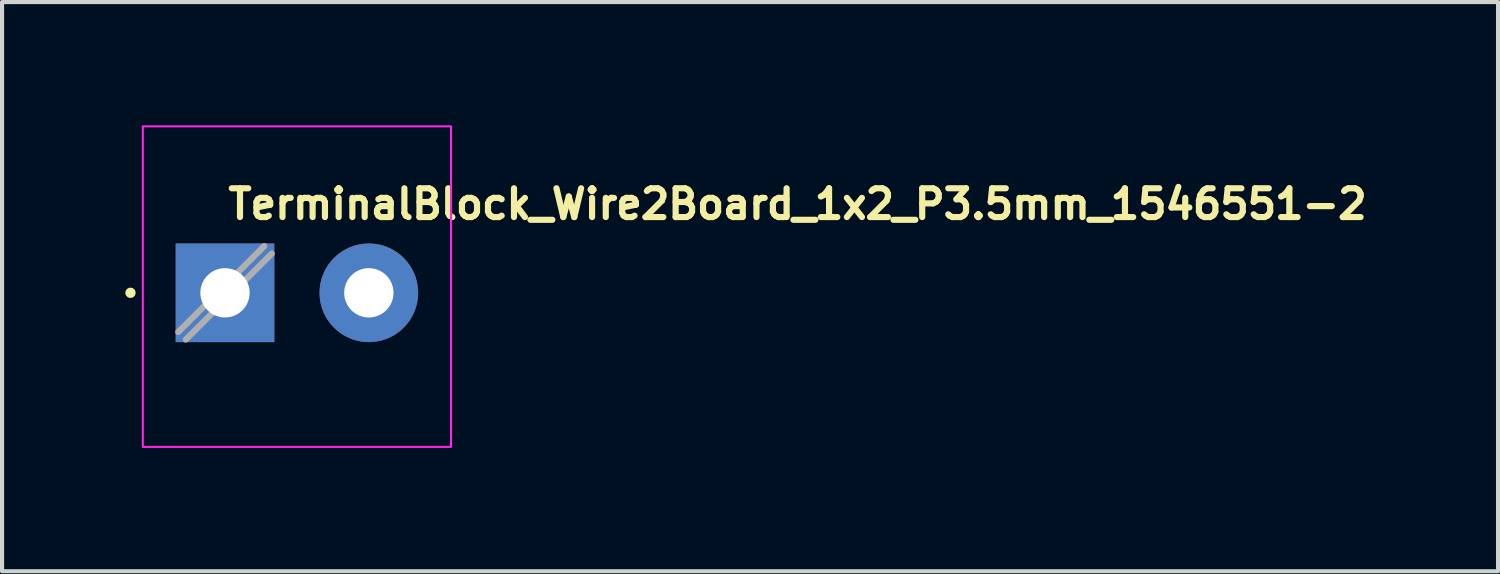
<source format=kicad_pcb>
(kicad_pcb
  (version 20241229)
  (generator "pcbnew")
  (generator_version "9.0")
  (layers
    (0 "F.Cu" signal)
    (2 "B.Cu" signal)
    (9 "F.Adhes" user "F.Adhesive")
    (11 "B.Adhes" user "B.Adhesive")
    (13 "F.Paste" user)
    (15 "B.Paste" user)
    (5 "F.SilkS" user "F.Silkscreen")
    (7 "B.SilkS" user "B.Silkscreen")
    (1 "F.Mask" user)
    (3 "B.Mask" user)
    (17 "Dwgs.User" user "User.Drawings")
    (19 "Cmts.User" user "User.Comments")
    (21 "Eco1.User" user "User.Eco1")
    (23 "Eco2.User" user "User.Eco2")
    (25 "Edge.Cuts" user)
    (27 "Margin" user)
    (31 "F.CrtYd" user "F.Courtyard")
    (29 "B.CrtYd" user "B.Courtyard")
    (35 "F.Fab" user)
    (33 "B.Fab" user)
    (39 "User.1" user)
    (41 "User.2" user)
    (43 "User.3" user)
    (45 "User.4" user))
  (footprint "TerminalBlock_Wire2Board_1x2_P3.5mm_1546551-2"
    (layer "F.Cu")
    (at 2.425 4.075)
    (property "Reference" "TerminalBlock_Wire2Board_1x2_P3.5mm_1546551-2" (at 0 -1.75 0) (layer "F.SilkS") (effects (font (size 0.7 0.7) (thickness 0.15)) (justify left bottom)))
    (attr through_hole)
    (fp_circle (center -2.3 0) (end -2.25 0) (stroke (width 0.15) (type solid)) (fill yes) (layer "F.SilkS"))
    (fp_rect (start -2 -4.05) (end 5.5 3.75) (stroke (width 0.05) (type solid)) (fill no) (layer "F.CrtYd"))
    (fp_line (start 0.955 -1.138) (end -1.138 0.955) (stroke (width 0.15) (type solid)) (layer "F.Fab"))
    (fp_line (start 1.138 -0.955) (end -0.955 1.138) (stroke (width 0.15) (type solid)) (layer "F.Fab"))
    (fp_rect (start -1.75 -3.8) (end 5.25 3.5) (stroke (width 0.1) (type solid)) (fill no) (layer "User.5"))
    (fp_line (start -1.75 -3.8) (end -1.75 -2.86) (stroke (width 0.02) (type solid)) (layer "User.9"))
    (fp_line (start -1.75 -3.8) (end -1.3 -3.8) (stroke (width 0.02) (type solid)) (layer "User.9"))
    (fp_line (start -1.75 -2.86) (end -1.75 -1.998) (stroke (width 0.02) (type solid)) (layer "User.9"))
    (fp_line (start -1.75 -2.86) (end 5.25 -2.86) (stroke (width 0.02) (type solid)) (layer "User.9"))
    (fp_line (start -1.75 -1.998) (end -1.75 -1.991) (stroke (width 0.02) (type solid)) (layer "User.9"))
    (fp_line (start -1.75 -1.998) (end 5.25 -1.998) (stroke (width 0.02) (type solid)) (layer "User.9"))
    (fp_line (start -1.75 -1.991) (end -1.75 -1.983) (stroke (width 0.02) (type solid)) (layer "User.9"))
    (fp_line (start -1.75 -1.983) (end -1.75 -1.974) (stroke (width 0.02) (type solid)) (layer "User.9"))
    (fp_line (start -1.75 -1.974) (end -1.75 -1.963) (stroke (width 0.02) (type solid)) (layer "User.9"))
    (fp_line (start -1.75 -1.963) (end -1.75 -1.951) (stroke (width 0.02) (type solid)) (layer "User.9"))
    (fp_line (start -1.75 -1.951) (end -1.75 -1.939) (stroke (width 0.02) (type solid)) (layer "User.9"))
    (fp_line (start -1.75 -1.939) (end -1.75 -1.925) (stroke (width 0.02) (type solid)) (layer "User.9"))
    (fp_line (start -1.75 -1.925) (end -1.75 -1.91) (stroke (width 0.02) (type solid)) (layer "User.9"))
    (fp_line (start -1.75 -1.91) (end -1.75 -1.895) (stroke (width 0.02) (type solid)) (layer "User.9"))
    (fp_line (start -1.75 -1.895) (end -1.75 -1.878) (stroke (width 0.02) (type solid)) (layer "User.9"))
    (fp_line (start -1.75 -1.878) (end -1.75 -1.862) (stroke (width 0.02) (type solid)) (layer "User.9"))
    (fp_line (start -1.75 -1.862) (end -1.75 -1.845) (stroke (width 0.02) (type solid)) (layer "User.9"))
    (fp_line (start -1.75 -1.845) (end -1.75 -1.827) (stroke (width 0.02) (type solid)) (layer "User.9"))
    (fp_line (start -1.75 -1.827) (end -1.75 -1.81) (stroke (width 0.02) (type solid)) (layer "User.9"))
    (fp_line (start -1.75 -1.81) (end -1.75 1.91) (stroke (width 0.02) (type solid)) (layer "User.9"))
    (fp_line (start -1.75 -1.81) (end 5.25 -1.81) (stroke (width 0.02) (type solid)) (layer "User.9"))
    (fp_line (start -1.75 1.91) (end -1.75 1.927) (stroke (width 0.02) (type solid)) (layer "User.9"))
    (fp_line (start -1.75 1.91) (end 5.25 1.91) (stroke (width 0.02) (type solid)) (layer "User.9"))
    (fp_line (start -1.75 1.927) (end -1.75 1.945) (stroke (width 0.02) (type solid)) (layer "User.9"))
    (fp_line (start -1.75 1.945) (end -1.75 1.962) (stroke (width 0.02) (type solid)) (layer "User.9"))
    (fp_line (start -1.75 1.962) (end -1.75 1.978) (stroke (width 0.02) (type solid)) (layer "User.9"))
    (fp_line (start -1.75 1.978) (end -1.75 1.995) (stroke (width 0.02) (type solid)) (layer "User.9"))
    (fp_line (start -1.75 1.995) (end -1.75 2.01) (stroke (width 0.02) (type solid)) (layer "User.9"))
    (fp_line (start -1.75 2.01) (end -1.75 2.025) (stroke (width 0.02) (type solid)) (layer "User.9"))
    (fp_line (start -1.75 2.025) (end -1.75 2.039) (stroke (width 0.02) (type solid)) (layer "User.9"))
    (fp_line (start -1.75 2.039) (end -1.75 2.051) (stroke (width 0.02) (type solid)) (layer "User.9"))
    (fp_line (start -1.75 2.051) (end -1.75 2.063) (stroke (width 0.02) (type solid)) (layer "User.9"))
    (fp_line (start -1.75 2.063) (end -1.75 2.074) (stroke (width 0.02) (type solid)) (layer "User.9"))
    (fp_line (start -1.75 2.074) (end -1.75 2.083) (stroke (width 0.02) (type solid)) (layer "User.9"))
    (fp_line (start -1.75 2.083) (end -1.75 2.091) (stroke (width 0.02) (type solid)) (layer "User.9"))
    (fp_line (start -1.75 2.091) (end -1.75 2.098) (stroke (width 0.02) (type solid)) (layer "User.9"))
    (fp_line (start -1.75 2.098) (end -1.75 3.324) (stroke (width 0.02) (type solid)) (layer "User.9"))
    (fp_line (start -1.75 2.098) (end 5.25 2.098) (stroke (width 0.02) (type solid)) (layer "User.9"))
    (fp_line (start -1.75 3.324) (end -1.75 3.5) (stroke (width 0.02) (type solid)) (layer "User.9"))
    (fp_line (start -1.75 3.324) (end 5.25 3.324) (stroke (width 0.02) (type solid)) (layer "User.9"))
    (fp_line (start -1.75 3.5) (end 5.25 3.5) (stroke (width 0.02) (type solid)) (layer "User.9"))
    (fp_line (start -1.449 -0.003) (end -1.449 0.103) (stroke (width 0.02) (type solid)) (layer "User.9"))
    (fp_line (start -1.449 0.103) (end -1.441 0.209) (stroke (width 0.02) (type solid)) (layer "User.9"))
    (fp_line (start -1.441 -0.109) (end -1.449 -0.003) (stroke (width 0.02) (type solid)) (layer "User.9"))
    (fp_line (start -1.441 0.209) (end -1.426 0.313) (stroke (width 0.02) (type solid)) (layer "User.9"))
    (fp_line (start -1.426 -0.213) (end -1.441 -0.109) (stroke (width 0.02) (type solid)) (layer "User.9"))
    (fp_line (start -1.426 0.313) (end -1.403 0.417) (stroke (width 0.02) (type solid)) (layer "User.9"))
    (fp_line (start -1.403 -0.317) (end -1.426 -0.213) (stroke (width 0.02) (type solid)) (layer "User.9"))
    (fp_line (start -1.403 0.417) (end -1.372 0.518) (stroke (width 0.02) (type solid)) (layer "User.9"))
    (fp_line (start -1.4 0.05) (end -1.396 0.155) (stroke (width 0.02) (type solid)) (layer "User.9"))
    (fp_line (start -1.4 0.05) (end -1.396 0.155) (stroke (width 0.02) (type solid)) (layer "User.9"))
    (fp_line (start -1.396 -0.055) (end -1.4 0.05) (stroke (width 0.02) (type solid)) (layer "User.9"))
    (fp_line (start -1.396 -0.055) (end -1.4 0.05) (stroke (width 0.02) (type solid)) (layer "User.9"))
    (fp_line (start -1.396 0.155) (end -1.384 0.26) (stroke (width 0.02) (type solid)) (layer "User.9"))
    (fp_line (start -1.396 0.155) (end -1.384 0.26) (stroke (width 0.02) (type solid)) (layer "User.9"))
    (fp_line (start -1.384 -0.16) (end -1.396 -0.055) (stroke (width 0.02) (type solid)) (layer "User.9"))
    (fp_line (start -1.384 -0.16) (end -1.396 -0.055) (stroke (width 0.02) (type solid)) (layer "User.9"))
    (fp_line (start -1.384 0.26) (end -1.364 0.363) (stroke (width 0.02) (type solid)) (layer "User.9"))
    (fp_line (start -1.384 0.26) (end -1.364 0.363) (stroke (width 0.02) (type solid)) (layer "User.9"))
    (fp_line (start -1.372 -0.418) (end -1.403 -0.317) (stroke (width 0.02) (type solid)) (layer "User.9"))
    (fp_line (start -1.372 0.518) (end -1.335 0.617) (stroke (width 0.02) (type solid)) (layer "User.9"))
    (fp_line (start -1.364 -0.263) (end -1.384 -0.16) (stroke (width 0.02) (type solid)) (layer "User.9"))
    (fp_line (start -1.364 -0.263) (end -1.384 -0.16) (stroke (width 0.02) (type solid)) (layer "User.9"))
    (fp_line (start -1.364 0.363) (end -1.337 0.465) (stroke (width 0.02) (type solid)) (layer "User.9"))
    (fp_line (start -1.364 0.363) (end -1.337 0.465) (stroke (width 0.02) (type solid)) (layer "User.9"))
    (fp_line (start -1.337 -0.365) (end -1.364 -0.263) (stroke (width 0.02) (type solid)) (layer "User.9"))
    (fp_line (start -1.337 -0.365) (end -1.364 -0.263) (stroke (width 0.02) (type solid)) (layer "User.9"))
    (fp_line (start -1.337 0.465) (end -1.302 0.565) (stroke (width 0.02) (type solid)) (layer "User.9"))
    (fp_line (start -1.337 0.465) (end -1.302 0.565) (stroke (width 0.02) (type solid)) (layer "User.9"))
    (fp_line (start -1.335 -0.517) (end -1.372 -0.418) (stroke (width 0.02) (type solid)) (layer "User.9"))
    (fp_line (start -1.335 0.617) (end -1.29 0.713) (stroke (width 0.02) (type solid)) (layer "User.9"))
    (fp_line (start -1.302 -0.465) (end -1.337 -0.365) (stroke (width 0.02) (type solid)) (layer "User.9"))
    (fp_line (start -1.302 -0.465) (end -1.337 -0.365) (stroke (width 0.02) (type solid)) (layer "User.9"))
    (fp_line (start -1.302 0.565) (end -1.26 0.661) (stroke (width 0.02) (type solid)) (layer "User.9"))
    (fp_line (start -1.302 0.565) (end -1.26 0.661) (stroke (width 0.02) (type solid)) (layer "User.9"))
    (fp_line (start -1.3 -3.8) (end -1.3 -3.55) (stroke (width 0.02) (type solid)) (layer "User.9"))
    (fp_line (start -1.3 -3.8) (end -1.25 -3.8) (stroke (width 0.02) (type solid)) (layer "User.9"))
    (fp_line (start -1.3 -3.55) (end -1.25 -3.55) (stroke (width 0.02) (type solid)) (layer "User.9"))
    (fp_line (start -1.29 -0.613) (end -1.335 -0.517) (stroke (width 0.02) (type solid)) (layer "User.9"))
    (fp_line (start -1.29 0.713) (end -1.238 0.805) (stroke (width 0.02) (type solid)) (layer "User.9"))
    (fp_line (start -1.26 -0.561) (end -1.302 -0.465) (stroke (width 0.02) (type solid)) (layer "User.9"))
    (fp_line (start -1.26 -0.561) (end -1.302 -0.465) (stroke (width 0.02) (type solid)) (layer "User.9"))
    (fp_line (start -1.26 0.661) (end -1.21 0.754) (stroke (width 0.02) (type solid)) (layer "User.9"))
    (fp_line (start -1.26 0.661) (end -1.21 0.754) (stroke (width 0.02) (type solid)) (layer "User.9"))
    (fp_line (start -1.25 -3.8) (end -1.25 -3.55) (stroke (width 0.02) (type solid)) (layer "User.9"))
    (fp_line (start -1.25 0.05) (end -1.246 0.148) (stroke (width 0.02) (type solid)) (layer "User.9"))
    (fp_line (start -1.246 -0.048) (end -1.25 0.05) (stroke (width 0.02) (type solid)) (layer "User.9"))
    (fp_line (start -1.246 0.148) (end -1.235 0.245) (stroke (width 0.02) (type solid)) (layer "User.9"))
    (fp_line (start -1.238 -0.705) (end -1.29 -0.613) (stroke (width 0.02) (type solid)) (layer "User.9"))
    (fp_line (start -1.238 0.805) (end -1.179 0.894) (stroke (width 0.02) (type solid)) (layer "User.9"))
    (fp_line (start -1.235 -0.145) (end -1.246 -0.048) (stroke (width 0.02) (type solid)) (layer "User.9"))
    (fp_line (start -1.235 0.245) (end -1.216 0.34) (stroke (width 0.02) (type solid)) (layer "User.9"))
    (fp_line (start -1.216 -0.24) (end -1.235 -0.145) (stroke (width 0.02) (type solid)) (layer "User.9"))
    (fp_line (start -1.216 0.34) (end -1.189 0.434) (stroke (width 0.02) (type solid)) (layer "User.9"))
    (fp_line (start -1.21 -0.654) (end -1.26 -0.561) (stroke (width 0.02) (type solid)) (layer "User.9"))
    (fp_line (start -1.21 -0.654) (end -1.26 -0.561) (stroke (width 0.02) (type solid)) (layer "User.9"))
    (fp_line (start -1.21 0.754) (end -1.154 0.843) (stroke (width 0.02) (type solid)) (layer "User.9"))
    (fp_line (start -1.21 0.754) (end -1.154 0.843) (stroke (width 0.02) (type solid)) (layer "User.9"))
    (fp_line (start -1.189 -0.334) (end -1.216 -0.24) (stroke (width 0.02) (type solid)) (layer "User.9"))
    (fp_line (start -1.189 0.434) (end -1.156 0.526) (stroke (width 0.02) (type solid)) (layer "User.9"))
    (fp_line (start -1.179 -0.794) (end -1.238 -0.705) (stroke (width 0.02) (type solid)) (layer "User.9"))
    (fp_line (start -1.179 0.894) (end -1.115 0.978) (stroke (width 0.02) (type solid)) (layer "User.9"))
    (fp_line (start -1.156 -0.426) (end -1.189 -0.334) (stroke (width 0.02) (type solid)) (layer "User.9"))
    (fp_line (start -1.156 0.526) (end -1.115 0.615) (stroke (width 0.02) (type solid)) (layer "User.9"))
    (fp_line (start -1.154 -0.743) (end -1.21 -0.654) (stroke (width 0.02) (type solid)) (layer "User.9"))
    (fp_line (start -1.154 -0.743) (end -1.21 -0.654) (stroke (width 0.02) (type solid)) (layer "User.9"))
    (fp_line (start -1.154 0.843) (end -1.091 0.927) (stroke (width 0.02) (type solid)) (layer "User.9"))
    (fp_line (start -1.154 0.843) (end -1.091 0.927) (stroke (width 0.02) (type solid)) (layer "User.9"))
    (fp_line (start -1.115 -0.878) (end -1.179 -0.794) (stroke (width 0.02) (type solid)) (layer "User.9"))
    (fp_line (start -1.115 -0.515) (end -1.156 -0.426) (stroke (width 0.02) (type solid)) (layer "User.9"))
    (fp_line (start -1.115 0.615) (end -1.068 0.7) (stroke (width 0.02) (type solid)) (layer "User.9"))
    (fp_line (start -1.115 0.978) (end -1.044 1.056) (stroke (width 0.02) (type solid)) (layer "User.9"))
    (fp_line (start -1.091 -0.827) (end -1.154 -0.743) (stroke (width 0.02) (type solid)) (layer "User.9"))
    (fp_line (start -1.091 -0.827) (end -1.154 -0.743) (stroke (width 0.02) (type solid)) (layer "User.9"))
    (fp_line (start -1.091 0.927) (end -1.022 1.007) (stroke (width 0.02) (type solid)) (layer "User.9"))
    (fp_line (start -1.091 0.927) (end -1.022 1.007) (stroke (width 0.02) (type solid)) (layer "User.9"))
    (fp_line (start -1.068 -0.6) (end -1.115 -0.515) (stroke (width 0.02) (type solid)) (layer "User.9"))
    (fp_line (start -1.068 0.7) (end -1.014 0.782) (stroke (width 0.02) (type solid)) (layer "User.9"))
    (fp_line (start -1.044 -0.956) (end -1.115 -0.878) (stroke (width 0.02) (type solid)) (layer "User.9"))
    (fp_line (start -1.044 1.056) (end -0.968 1.13) (stroke (width 0.02) (type solid)) (layer "User.9"))
    (fp_line (start -1.022 -0.907) (end -1.091 -0.827) (stroke (width 0.02) (type solid)) (layer "User.9"))
    (fp_line (start -1.022 -0.907) (end -1.091 -0.827) (stroke (width 0.02) (type solid)) (layer "User.9"))
    (fp_line (start -1.022 1.007) (end -0.947 1.081) (stroke (width 0.02) (type solid)) (layer "User.9"))
    (fp_line (start -1.022 1.007) (end -0.947 1.081) (stroke (width 0.02) (type solid)) (layer "User.9"))
    (fp_line (start -1.014 -0.682) (end -1.068 -0.6) (stroke (width 0.02) (type solid)) (layer "User.9"))
    (fp_line (start -1.014 0.782) (end -0.953 0.858) (stroke (width 0.02) (type solid)) (layer "User.9"))
    (fp_line (start -0.968 -1.03) (end -1.044 -0.956) (stroke (width 0.02) (type solid)) (layer "User.9"))
    (fp_line (start -0.968 1.13) (end -0.886 1.198) (stroke (width 0.02) (type solid)) (layer "User.9"))
    (fp_line (start -0.953 -0.758) (end -1.014 -0.682) (stroke (width 0.02) (type solid)) (layer "User.9"))
    (fp_line (start -0.953 0.858) (end -0.887 0.93) (stroke (width 0.02) (type solid)) (layer "User.9"))
    (fp_line (start -0.947 -0.981) (end -1.022 -0.907) (stroke (width 0.02) (type solid)) (layer "User.9"))
    (fp_line (start -0.947 -0.981) (end -1.022 -0.907) (stroke (width 0.02) (type solid)) (layer "User.9"))
    (fp_line (start -0.947 1.081) (end -0.867 1.149) (stroke (width 0.02) (type solid)) (layer "User.9"))
    (fp_line (start -0.947 1.081) (end -0.867 1.149) (stroke (width 0.02) (type solid)) (layer "User.9"))
    (fp_line (start -0.887 -0.83) (end -0.953 -0.758) (stroke (width 0.02) (type solid)) (layer "User.9"))
    (fp_line (start -0.887 0.93) (end -0.816 0.997) (stroke (width 0.02) (type solid)) (layer "User.9"))
    (fp_line (start -0.886 -1.098) (end -0.968 -1.03) (stroke (width 0.02) (type solid)) (layer "User.9"))
    (fp_line (start -0.886 1.198) (end -0.8 1.259) (stroke (width 0.02) (type solid)) (layer "User.9"))
    (fp_line (start -0.867 -1.049) (end -0.947 -0.981) (stroke (width 0.02) (type solid)) (layer "User.9"))
    (fp_line (start -0.867 -1.049) (end -0.947 -0.981) (stroke (width 0.02) (type solid)) (layer "User.9"))
    (fp_line (start -0.867 1.149) (end -0.782 1.212) (stroke (width 0.02) (type solid)) (layer "User.9"))
    (fp_line (start -0.867 1.149) (end -0.782 1.212) (stroke (width 0.02) (type solid)) (layer "User.9"))
    (fp_line (start -0.816 -0.897) (end -0.887 -0.83) (stroke (width 0.02) (type solid)) (layer "User.9"))
    (fp_line (start -0.816 0.997) (end -0.74 1.058) (stroke (width 0.02) (type solid)) (layer "User.9"))
    (fp_line (start -0.8 -1.159) (end -0.886 -1.098) (stroke (width 0.02) (type solid)) (layer "User.9"))
    (fp_line (start -0.8 1.259) (end -0.71 1.314) (stroke (width 0.02) (type solid)) (layer "User.9"))
    (fp_line (start -0.782 -1.112) (end -0.867 -1.049) (stroke (width 0.02) (type solid)) (layer "User.9"))
    (fp_line (start -0.782 -1.112) (end -0.867 -1.049) (stroke (width 0.02) (type solid)) (layer "User.9"))
    (fp_line (start -0.782 1.212) (end -0.692 1.267) (stroke (width 0.02) (type solid)) (layer "User.9"))
    (fp_line (start -0.782 1.212) (end -0.692 1.267) (stroke (width 0.02) (type solid)) (layer "User.9"))
    (fp_line (start -0.74 -0.958) (end -0.816 -0.897) (stroke (width 0.02) (type solid)) (layer "User.9"))
    (fp_line (start -0.74 1.058) (end -0.659 1.112) (stroke (width 0.02) (type solid)) (layer "User.9"))
    (fp_line (start -0.71 -1.214) (end -0.8 -1.159) (stroke (width 0.02) (type solid)) (layer "User.9"))
    (fp_line (start -0.71 1.314) (end -0.615 1.363) (stroke (width 0.02) (type solid)) (layer "User.9"))
    (fp_line (start -0.692 -1.167) (end -0.782 -1.112) (stroke (width 0.02) (type solid)) (layer "User.9"))
    (fp_line (start -0.692 -1.167) (end -0.782 -1.112) (stroke (width 0.02) (type solid)) (layer "User.9"))
    (fp_line (start -0.692 1.267) (end -0.599 1.316) (stroke (width 0.02) (type solid)) (layer "User.9"))
    (fp_line (start -0.692 1.267) (end -0.599 1.316) (stroke (width 0.02) (type solid)) (layer "User.9"))
    (fp_line (start -0.659 -1.012) (end -0.74 -0.958) (stroke (width 0.02) (type solid)) (layer "User.9"))
    (fp_line (start -0.659 1.112) (end -0.574 1.161) (stroke (width 0.02) (type solid)) (layer "User.9"))
    (fp_line (start -0.615 -1.263) (end -0.71 -1.214) (stroke (width 0.02) (type solid)) (layer "User.9"))
    (fp_line (start -0.615 1.363) (end -0.518 1.404) (stroke (width 0.02) (type solid)) (layer "User.9"))
    (fp_line (start -0.599 -1.216) (end -0.692 -1.167) (stroke (width 0.02) (type solid)) (layer "User.9"))
    (fp_line (start -0.599 -1.216) (end -0.692 -1.167) (stroke (width 0.02) (type solid)) (layer "User.9"))
    (fp_line (start -0.599 1.316) (end -0.502 1.357) (stroke (width 0.02) (type solid)) (layer "User.9"))
    (fp_line (start -0.599 1.316) (end -0.502 1.357) (stroke (width 0.02) (type solid)) (layer "User.9"))
    (fp_line (start -0.574 -1.061) (end -0.659 -1.012) (stroke (width 0.02) (type solid)) (layer "User.9"))
    (fp_line (start -0.574 1.161) (end -0.485 1.202) (stroke (width 0.02) (type solid)) (layer "User.9"))
    (fp_line (start -0.518 -1.304) (end -0.615 -1.263) (stroke (width 0.02) (type solid)) (layer "User.9"))
    (fp_line (start -0.518 1.404) (end -0.418 1.439) (stroke (width 0.02) (type solid)) (layer "User.9"))
    (fp_line (start -0.502 -1.257) (end -0.599 -1.216) (stroke (width 0.02) (type solid)) (layer "User.9"))
    (fp_line (start -0.502 -1.257) (end -0.599 -1.216) (stroke (width 0.02) (type solid)) (layer "User.9"))
    (fp_line (start -0.502 1.357) (end -0.402 1.391) (stroke (width 0.02) (type solid)) (layer "User.9"))
    (fp_line (start -0.502 1.357) (end -0.402 1.391) (stroke (width 0.02) (type solid)) (layer "User.9"))
    (fp_line (start -0.5 -3.55) (end -0.45 -3.55) (stroke (width 0.02) (type solid)) (layer "User.9"))
    (fp_line (start -0.5 -2.864) (end -0.5 -3.55) (stroke (width 0.02) (type solid)) (layer "User.9"))
    (fp_line (start -0.485 -1.102) (end -0.574 -1.061) (stroke (width 0.02) (type solid)) (layer "User.9"))
    (fp_line (start -0.485 1.202) (end -0.394 1.236) (stroke (width 0.02) (type solid)) (layer "User.9"))
    (fp_line (start -0.45 -3.8) (end -1.25 -3.8) (stroke (width 0.02) (type solid)) (layer "User.9"))
    (fp_line (start -0.45 -3.8) (end 1.3 -3.8) (stroke (width 0.02) (type solid)) (layer "User.9"))
    (fp_line (start -0.45 -3.55) (end -0.45 -3.8) (stroke (width 0.02) (type solid)) (layer "User.9"))
    (fp_line (start -0.418 -1.339) (end -0.518 -1.304) (stroke (width 0.02) (type solid)) (layer "User.9"))
    (fp_line (start -0.418 1.439) (end -0.315 1.465) (stroke (width 0.02) (type solid)) (layer "User.9"))
    (fp_line (start -0.402 -1.291) (end -0.502 -1.257) (stroke (width 0.02) (type solid)) (layer "User.9"))
    (fp_line (start -0.402 -1.291) (end -0.502 -1.257) (stroke (width 0.02) (type solid)) (layer "User.9"))
    (fp_line (start -0.402 1.391) (end -0.3 1.417) (stroke (width 0.02) (type solid)) (layer "User.9"))
    (fp_line (start -0.402 1.391) (end -0.3 1.417) (stroke (width 0.02) (type solid)) (layer "User.9"))
    (fp_line (start -0.394 -1.136) (end -0.485 -1.102) (stroke (width 0.02) (type solid)) (layer "User.9"))
    (fp_line (start -0.394 1.236) (end -0.3 1.263) (stroke (width 0.02) (type solid)) (layer "User.9"))
    (fp_line (start -0.315 -1.365) (end -0.418 -1.339) (stroke (width 0.02) (type solid)) (layer "User.9"))
    (fp_line (start -0.315 1.465) (end -0.211 1.485) (stroke (width 0.02) (type solid)) (layer "User.9"))
    (fp_line (start -0.3 -1.317) (end -0.402 -1.291) (stroke (width 0.02) (type solid)) (layer "User.9"))
    (fp_line (start -0.3 -1.317) (end -0.402 -1.291) (stroke (width 0.02) (type solid)) (layer "User.9"))
    (fp_line (start -0.3 -1.315) (end -0.3 -1.317) (stroke (width 0.02) (type solid)) (layer "User.9"))
    (fp_line (start -0.3 -1.306) (end -0.3 -1.315) (stroke (width 0.02) (type solid)) (layer "User.9"))
    (fp_line (start -0.3 -1.292) (end -0.3 -1.306) (stroke (width 0.02) (type solid)) (layer "User.9"))
    (fp_line (start -0.3 -1.273) (end -0.3 -1.292) (stroke (width 0.02) (type solid)) (layer "User.9"))
    (fp_line (start -0.3 -1.25) (end -0.3 -1.273) (stroke (width 0.02) (type solid)) (layer "User.9"))
    (fp_line (start -0.3 -1.223) (end -0.3 -1.25) (stroke (width 0.02) (type solid)) (layer "User.9"))
    (fp_line (start -0.3 -1.163) (end -0.394 -1.136) (stroke (width 0.02) (type solid)) (layer "User.9"))
    (fp_line (start -0.3 -1.163) (end -0.3 -1.223) (stroke (width 0.02) (type solid)) (layer "User.9"))
    (fp_line (start -0.3 1.263) (end -0.3 -1.163) (stroke (width 0.02) (type solid)) (layer "User.9"))
    (fp_line (start -0.3 1.323) (end -0.3 1.263) (stroke (width 0.02) (type solid)) (layer "User.9"))
    (fp_line (start -0.3 1.35) (end -0.3 1.323) (stroke (width 0.02) (type solid)) (layer "User.9"))
    (fp_line (start -0.3 1.373) (end -0.3 1.35) (stroke (width 0.02) (type solid)) (layer "User.9"))
    (fp_line (start -0.3 1.392) (end -0.3 1.373) (stroke (width 0.02) (type solid)) (layer "User.9"))
    (fp_line (start -0.3 1.406) (end -0.3 1.392) (stroke (width 0.02) (type solid)) (layer "User.9"))
    (fp_line (start -0.3 1.415) (end -0.3 1.406) (stroke (width 0.02) (type solid)) (layer "User.9"))
    (fp_line (start -0.3 1.417) (end -0.3 1.415) (stroke (width 0.02) (type solid)) (layer "User.9"))
    (fp_line (start -0.3 1.417) (end -0.201 1.436) (stroke (width 0.02) (type solid)) (layer "User.9"))
    (fp_line (start -0.211 -1.385) (end -0.315 -1.365) (stroke (width 0.02) (type solid)) (layer "User.9"))
    (fp_line (start -0.211 1.485) (end -0.106 1.496) (stroke (width 0.02) (type solid)) (layer "User.9"))
    (fp_line (start -0.201 -1.336) (end -0.3 -1.317) (stroke (width 0.02) (type solid)) (layer "User.9"))
    (fp_line (start -0.201 1.436) (end -0.101 1.446) (stroke (width 0.02) (type solid)) (layer "User.9"))
    (fp_line (start -0.106 -1.396) (end -0.211 -1.385) (stroke (width 0.02) (type solid)) (layer "User.9"))
    (fp_line (start -0.106 1.496) (end 0 1.5) (stroke (width 0.02) (type solid)) (layer "User.9"))
    (fp_line (start -0.101 -1.346) (end -0.201 -1.336) (stroke (width 0.02) (type solid)) (layer "User.9"))
    (fp_line (start -0.101 1.446) (end 0 1.45) (stroke (width 0.02) (type solid)) (layer "User.9"))
    (fp_line (start 0 -1.4) (end -0.106 -1.396) (stroke (width 0.02) (type solid)) (layer "User.9"))
    (fp_line (start 0 -1.35) (end -0.101 -1.346) (stroke (width 0.02) (type solid)) (layer "User.9"))
    (fp_line (start 0 1.45) (end 0.101 1.446) (stroke (width 0.02) (type solid)) (layer "User.9"))
    (fp_line (start 0 1.5) (end 0.106 1.496) (stroke (width 0.02) (type solid)) (layer "User.9"))
    (fp_line (start 0.101 -1.346) (end 0 -1.35) (stroke (width 0.02) (type solid)) (layer "User.9"))
    (fp_line (start 0.101 1.446) (end 0.201 1.436) (stroke (width 0.02) (type solid)) (layer "User.9"))
    (fp_line (start 0.106 -1.396) (end 0 -1.4) (stroke (width 0.02) (type solid)) (layer "User.9"))
    (fp_line (start 0.106 1.496) (end 0.211 1.485) (stroke (width 0.02) (type solid)) (layer "User.9"))
    (fp_line (start 0.201 -1.336) (end 0.101 -1.346) (stroke (width 0.02) (type solid)) (layer "User.9"))
    (fp_line (start 0.201 1.436) (end 0.3 1.417) (stroke (width 0.02) (type solid)) (layer "User.9"))
    (fp_line (start 0.211 -1.385) (end 0.106 -1.396) (stroke (width 0.02) (type solid)) (layer "User.9"))
    (fp_line (start 0.211 1.485) (end 0.315 1.465) (stroke (width 0.02) (type solid)) (layer "User.9"))
    (fp_line (start 0.3 -1.317) (end 0.201 -1.336) (stroke (width 0.02) (type solid)) (layer "User.9"))
    (fp_line (start 0.3 -1.317) (end 0.3 -1.315) (stroke (width 0.02) (type solid)) (layer "User.9"))
    (fp_line (start 0.3 -1.315) (end 0.3 -1.306) (stroke (width 0.02) (type solid)) (layer "User.9"))
    (fp_line (start 0.3 -1.306) (end 0.3 -1.292) (stroke (width 0.02) (type solid)) (layer "User.9"))
    (fp_line (start 0.3 -1.292) (end 0.3 -1.273) (stroke (width 0.02) (type solid)) (layer "User.9"))
    (fp_line (start 0.3 -1.273) (end 0.3 -1.25) (stroke (width 0.02) (type solid)) (layer "User.9"))
    (fp_line (start 0.3 -1.25) (end 0.3 -1.223) (stroke (width 0.02) (type solid)) (layer "User.9"))
    (fp_line (start 0.3 -1.223) (end 0.3 -1.163) (stroke (width 0.02) (type solid)) (layer "User.9"))
    (fp_line (start 0.3 1.263) (end 0.3 -1.163) (stroke (width 0.02) (type solid)) (layer "User.9"))
    (fp_line (start 0.3 1.263) (end 0.3 1.323) (stroke (width 0.02) (type solid)) (layer "User.9"))
    (fp_line (start 0.3 1.263) (end 0.394 1.236) (stroke (width 0.02) (type solid)) (layer "User.9"))
    (fp_line (start 0.3 1.323) (end 0.3 1.35) (stroke (width 0.02) (type solid)) (layer "User.9"))
    (fp_line (start 0.3 1.35) (end 0.3 1.373) (stroke (width 0.02) (type solid)) (layer "User.9"))
    (fp_line (start 0.3 1.373) (end 0.3 1.392) (stroke (width 0.02) (type solid)) (layer "User.9"))
    (fp_line (start 0.3 1.392) (end 0.3 1.406) (stroke (width 0.02) (type solid)) (layer "User.9"))
    (fp_line (start 0.3 1.406) (end 0.3 1.415) (stroke (width 0.02) (type solid)) (layer "User.9"))
    (fp_line (start 0.3 1.415) (end 0.3 1.417) (stroke (width 0.02) (type solid)) (layer "User.9"))
    (fp_line (start 0.3 1.417) (end 0.402 1.391) (stroke (width 0.02) (type solid)) (layer "User.9"))
    (fp_line (start 0.3 1.417) (end 0.402 1.391) (stroke (width 0.02) (type solid)) (layer "User.9"))
    (fp_line (start 0.315 -1.365) (end 0.211 -1.385) (stroke (width 0.02) (type solid)) (layer "User.9"))
    (fp_line (start 0.315 1.465) (end 0.418 1.439) (stroke (width 0.02) (type solid)) (layer "User.9"))
    (fp_line (start 0.394 -1.136) (end 0.3 -1.163) (stroke (width 0.02) (type solid)) (layer "User.9"))
    (fp_line (start 0.394 1.236) (end 0.485 1.202) (stroke (width 0.02) (type solid)) (layer "User.9"))
    (fp_line (start 0.402 -1.291) (end 0.3 -1.317) (stroke (width 0.02) (type solid)) (layer "User.9"))
    (fp_line (start 0.402 -1.291) (end 0.3 -1.317) (stroke (width 0.02) (type solid)) (layer "User.9"))
    (fp_line (start 0.402 1.391) (end 0.502 1.357) (stroke (width 0.02) (type solid)) (layer "User.9"))
    (fp_line (start 0.402 1.391) (end 0.502 1.357) (stroke (width 0.02) (type solid)) (layer "User.9"))
    (fp_line (start 0.418 -1.339) (end 0.315 -1.365) (stroke (width 0.02) (type solid)) (layer "User.9"))
    (fp_line (start 0.418 1.439) (end 0.518 1.404) (stroke (width 0.02) (type solid)) (layer "User.9"))
    (fp_line (start 0.485 -1.102) (end 0.394 -1.136) (stroke (width 0.02) (type solid)) (layer "User.9"))
    (fp_line (start 0.485 1.202) (end 0.574 1.161) (stroke (width 0.02) (type solid)) (layer "User.9"))
    (fp_line (start 0.5 -3.55) (end 0.5 -2.864) (stroke (width 0.02) (type solid)) (layer "User.9"))
    (fp_line (start 0.5 -3.55) (end 1.3 -3.55) (stroke (width 0.02) (type solid)) (layer "User.9"))
    (fp_line (start 0.5 -3.1) (end -0.5 -3.1) (stroke (width 0.02) (type solid)) (layer "User.9"))
    (fp_line (start 0.5 -2.864) (end -0.5 -2.864) (stroke (width 0.02) (type solid)) (layer "User.9"))
    (fp_line (start 0.502 -1.257) (end 0.402 -1.291) (stroke (width 0.02) (type solid)) (layer "User.9"))
    (fp_line (start 0.502 -1.257) (end 0.402 -1.291) (stroke (width 0.02) (type solid)) (layer "User.9"))
    (fp_line (start 0.502 1.357) (end 0.599 1.316) (stroke (width 0.02) (type solid)) (layer "User.9"))
    (fp_line (start 0.502 1.357) (end 0.599 1.316) (stroke (width 0.02) (type solid)) (layer "User.9"))
    (fp_line (start 0.518 -1.304) (end 0.418 -1.339) (stroke (width 0.02) (type solid)) (layer "User.9"))
    (fp_line (start 0.518 1.404) (end 0.615 1.363) (stroke (width 0.02) (type solid)) (layer "User.9"))
    (fp_line (start 0.574 -1.061) (end 0.485 -1.102) (stroke (width 0.02) (type solid)) (layer "User.9"))
    (fp_line (start 0.574 1.161) (end 0.659 1.112) (stroke (width 0.02) (type solid)) (layer "User.9"))
    (fp_line (start 0.599 -1.216) (end 0.502 -1.257) (stroke (width 0.02) (type solid)) (layer "User.9"))
    (fp_line (start 0.599 -1.216) (end 0.502 -1.257) (stroke (width 0.02) (type solid)) (layer "User.9"))
    (fp_line (start 0.599 1.316) (end 0.692 1.267) (stroke (width 0.02) (type solid)) (layer "User.9"))
    (fp_line (start 0.599 1.316) (end 0.692 1.267) (stroke (width 0.02) (type solid)) (layer "User.9"))
    (fp_line (start 0.615 -1.263) (end 0.518 -1.304) (stroke (width 0.02) (type solid)) (layer "User.9"))
    (fp_line (start 0.615 1.363) (end 0.71 1.314) (stroke (width 0.02) (type solid)) (layer "User.9"))
    (fp_line (start 0.659 -1.012) (end 0.574 -1.061) (stroke (width 0.02) (type solid)) (layer "User.9"))
    (fp_line (start 0.659 1.112) (end 0.74 1.058) (stroke (width 0.02) (type solid)) (layer "User.9"))
    (fp_line (start 0.692 -1.167) (end 0.599 -1.216) (stroke (width 0.02) (type solid)) (layer "User.9"))
    (fp_line (start 0.692 -1.167) (end 0.599 -1.216) (stroke (width 0.02) (type solid)) (layer "User.9"))
    (fp_line (start 0.692 1.267) (end 0.782 1.212) (stroke (width 0.02) (type solid)) (layer "User.9"))
    (fp_line (start 0.692 1.267) (end 0.782 1.212) (stroke (width 0.02) (type solid)) (layer "User.9"))
    (fp_line (start 0.71 -1.214) (end 0.615 -1.263) (stroke (width 0.02) (type solid)) (layer "User.9"))
    (fp_line (start 0.71 1.314) (end 0.8 1.259) (stroke (width 0.02) (type solid)) (layer "User.9"))
    (fp_line (start 0.74 -0.958) (end 0.659 -1.012) (stroke (width 0.02) (type solid)) (layer "User.9"))
    (fp_line (start 0.74 1.058) (end 0.816 0.997) (stroke (width 0.02) (type solid)) (layer "User.9"))
    (fp_line (start 0.782 -1.112) (end 0.692 -1.167) (stroke (width 0.02) (type solid)) (layer "User.9"))
    (fp_line (start 0.782 -1.112) (end 0.692 -1.167) (stroke (width 0.02) (type solid)) (layer "User.9"))
    (fp_line (start 0.782 1.212) (end 0.867 1.149) (stroke (width 0.02) (type solid)) (layer "User.9"))
    (fp_line (start 0.782 1.212) (end 0.867 1.149) (stroke (width 0.02) (type solid)) (layer "User.9"))
    (fp_line (start 0.8 -1.159) (end 0.71 -1.214) (stroke (width 0.02) (type solid)) (layer "User.9"))
    (fp_line (start 0.8 1.259) (end 0.886 1.198) (stroke (width 0.02) (type solid)) (layer "User.9"))
    (fp_line (start 0.816 -0.897) (end 0.74 -0.958) (stroke (width 0.02) (type solid)) (layer "User.9"))
    (fp_line (start 0.816 0.997) (end 0.887 0.93) (stroke (width 0.02) (type solid)) (layer "User.9"))
    (fp_line (start 0.867 -1.049) (end 0.782 -1.112) (stroke (width 0.02) (type solid)) (layer "User.9"))
    (fp_line (start 0.867 -1.049) (end 0.782 -1.112) (stroke (width 0.02) (type solid)) (layer "User.9"))
    (fp_line (start 0.867 1.149) (end 0.947 1.081) (stroke (width 0.02) (type solid)) (layer "User.9"))
    (fp_line (start 0.867 1.149) (end 0.947 1.081) (stroke (width 0.02) (type solid)) (layer "User.9"))
    (fp_line (start 0.886 -1.098) (end 0.8 -1.159) (stroke (width 0.02) (type solid)) (layer "User.9"))
    (fp_line (start 0.886 1.198) (end 0.968 1.13) (stroke (width 0.02) (type solid)) (layer "User.9"))
    (fp_line (start 0.887 -0.83) (end 0.816 -0.897) (stroke (width 0.02) (type solid)) (layer "User.9"))
    (fp_line (start 0.887 0.93) (end 0.953 0.858) (stroke (width 0.02) (type solid)) (layer "User.9"))
    (fp_line (start 0.947 -0.981) (end 0.867 -1.049) (stroke (width 0.02) (type solid)) (layer "User.9"))
    (fp_line (start 0.947 -0.981) (end 0.867 -1.049) (stroke (width 0.02) (type solid)) (layer "User.9"))
    (fp_line (start 0.947 1.081) (end 1.022 1.007) (stroke (width 0.02) (type solid)) (layer "User.9"))
    (fp_line (start 0.947 1.081) (end 1.022 1.007) (stroke (width 0.02) (type solid)) (layer "User.9"))
    (fp_line (start 0.953 -0.758) (end 0.887 -0.83) (stroke (width 0.02) (type solid)) (layer "User.9"))
    (fp_line (start 0.953 0.858) (end 1.014 0.782) (stroke (width 0.02) (type solid)) (layer "User.9"))
    (fp_line (start 0.968 -1.03) (end 0.886 -1.098) (stroke (width 0.02) (type solid)) (layer "User.9"))
    (fp_line (start 0.968 1.13) (end 1.044 1.056) (stroke (width 0.02) (type solid)) (layer "User.9"))
    (fp_line (start 1.014 -0.682) (end 0.953 -0.758) (stroke (width 0.02) (type solid)) (layer "User.9"))
    (fp_line (start 1.014 0.782) (end 1.068 0.7) (stroke (width 0.02) (type solid)) (layer "User.9"))
    (fp_line (start 1.022 -0.907) (end 0.947 -0.981) (stroke (width 0.02) (type solid)) (layer "User.9"))
    (fp_line (start 1.022 -0.907) (end 0.947 -0.981) (stroke (width 0.02) (type solid)) (layer "User.9"))
    (fp_line (start 1.022 1.007) (end 1.091 0.927) (stroke (width 0.02) (type solid)) (layer "User.9"))
    (fp_line (start 1.022 1.007) (end 1.091 0.927) (stroke (width 0.02) (type solid)) (layer "User.9"))
    (fp_line (start 1.044 -0.956) (end 0.968 -1.03) (stroke (width 0.02) (type solid)) (layer "User.9"))
    (fp_line (start 1.044 1.056) (end 1.115 0.978) (stroke (width 0.02) (type solid)) (layer "User.9"))
    (fp_line (start 1.068 -0.6) (end 1.014 -0.682) (stroke (width 0.02) (type solid)) (layer "User.9"))
    (fp_line (start 1.068 0.7) (end 1.115 0.615) (stroke (width 0.02) (type solid)) (layer "User.9"))
    (fp_line (start 1.091 -0.827) (end 1.022 -0.907) (stroke (width 0.02) (type solid)) (layer "User.9"))
    (fp_line (start 1.091 -0.827) (end 1.022 -0.907) (stroke (width 0.02) (type solid)) (layer "User.9"))
    (fp_line (start 1.091 0.927) (end 1.154 0.843) (stroke (width 0.02) (type solid)) (layer "User.9"))
    (fp_line (start 1.091 0.927) (end 1.154 0.843) (stroke (width 0.02) (type solid)) (layer "User.9"))
    (fp_line (start 1.115 -0.878) (end 1.044 -0.956) (stroke (width 0.02) (type solid)) (layer "User.9"))
    (fp_line (start 1.115 -0.515) (end 1.068 -0.6) (stroke (width 0.02) (type solid)) (layer "User.9"))
    (fp_line (start 1.115 0.615) (end 1.156 0.526) (stroke (width 0.02) (type solid)) (layer "User.9"))
    (fp_line (start 1.115 0.978) (end 1.179 0.894) (stroke (width 0.02) (type solid)) (layer "User.9"))
    (fp_line (start 1.154 -0.743) (end 1.091 -0.827) (stroke (width 0.02) (type solid)) (layer "User.9"))
    (fp_line (start 1.154 -0.743) (end 1.091 -0.827) (stroke (width 0.02) (type solid)) (layer "User.9"))
    (fp_line (start 1.154 0.843) (end 1.21 0.754) (stroke (width 0.02) (type solid)) (layer "User.9"))
    (fp_line (start 1.154 0.843) (end 1.21 0.754) (stroke (width 0.02) (type solid)) (layer "User.9"))
    (fp_line (start 1.156 -0.426) (end 1.115 -0.515) (stroke (width 0.02) (type solid)) (layer "User.9"))
    (fp_line (start 1.156 0.526) (end 1.189 0.434) (stroke (width 0.02) (type solid)) (layer "User.9"))
    (fp_line (start 1.179 -0.794) (end 1.115 -0.878) (stroke (width 0.02) (type solid)) (layer "User.9"))
    (fp_line (start 1.179 0.894) (end 1.238 0.805) (stroke (width 0.02) (type solid)) (layer "User.9"))
    (fp_line (start 1.189 -0.334) (end 1.156 -0.426) (stroke (width 0.02) (type solid)) (layer "User.9"))
    (fp_line (start 1.189 0.434) (end 1.216 0.34) (stroke (width 0.02) (type solid)) (layer "User.9"))
    (fp_line (start 1.21 -0.654) (end 1.154 -0.743) (stroke (width 0.02) (type solid)) (layer "User.9"))
    (fp_line (start 1.21 -0.654) (end 1.154 -0.743) (stroke (width 0.02) (type solid)) (layer "User.9"))
    (fp_line (start 1.21 0.754) (end 1.26 0.661) (stroke (width 0.02) (type solid)) (layer "User.9"))
    (fp_line (start 1.21 0.754) (end 1.26 0.661) (stroke (width 0.02) (type solid)) (layer "User.9"))
    (fp_line (start 1.216 -0.24) (end 1.189 -0.334) (stroke (width 0.02) (type solid)) (layer "User.9"))
    (fp_line (start 1.216 0.34) (end 1.235 0.245) (stroke (width 0.02) (type solid)) (layer "User.9"))
    (fp_line (start 1.235 -0.145) (end 1.216 -0.24) (stroke (width 0.02) (type solid)) (layer "User.9"))
    (fp_line (start 1.235 0.245) (end 1.246 0.148) (stroke (width 0.02) (type solid)) (layer "User.9"))
    (fp_line (start 1.238 -0.705) (end 1.179 -0.794) (stroke (width 0.02) (type solid)) (layer "User.9"))
    (fp_line (start 1.238 0.805) (end 1.29 0.713) (stroke (width 0.02) (type solid)) (layer "User.9"))
    (fp_line (start 1.246 -0.048) (end 1.235 -0.145) (stroke (width 0.02) (type solid)) (layer "User.9"))
    (fp_line (start 1.246 0.148) (end 1.25 0.05) (stroke (width 0.02) (type solid)) (layer "User.9"))
    (fp_line (start 1.25 0.05) (end 1.246 -0.048) (stroke (width 0.02) (type solid)) (layer "User.9"))
    (fp_line (start 1.26 -0.561) (end 1.21 -0.654) (stroke (width 0.02) (type solid)) (layer "User.9"))
    (fp_line (start 1.26 -0.561) (end 1.21 -0.654) (stroke (width 0.02) (type solid)) (layer "User.9"))
    (fp_line (start 1.26 0.661) (end 1.302 0.565) (stroke (width 0.02) (type solid)) (layer "User.9"))
    (fp_line (start 1.26 0.661) (end 1.302 0.565) (stroke (width 0.02) (type solid)) (layer "User.9"))
    (fp_line (start 1.29 -0.613) (end 1.238 -0.705) (stroke (width 0.02) (type solid)) (layer "User.9"))
    (fp_line (start 1.29 0.713) (end 1.335 0.617) (stroke (width 0.02) (type solid)) (layer "User.9"))
    (fp_line (start 1.3 -3.8) (end 1.3 -3.55) (stroke (width 0.02) (type solid)) (layer "User.9"))
    (fp_line (start 1.3 -3.8) (end 2.2 -3.8) (stroke (width 0.02) (type solid)) (layer "User.9"))
    (fp_line (start 1.302 -0.465) (end 1.26 -0.561) (stroke (width 0.02) (type solid)) (layer "User.9"))
    (fp_line (start 1.302 -0.465) (end 1.26 -0.561) (stroke (width 0.02) (type solid)) (layer "User.9"))
    (fp_line (start 1.302 0.565) (end 1.337 0.465) (stroke (width 0.02) (type solid)) (layer "User.9"))
    (fp_line (start 1.302 0.565) (end 1.337 0.465) (stroke (width 0.02) (type solid)) (layer "User.9"))
    (fp_line (start 1.335 -0.517) (end 1.29 -0.613) (stroke (width 0.02) (type solid)) (layer "User.9"))
    (fp_line (start 1.335 0.617) (end 1.372 0.518) (stroke (width 0.02) (type solid)) (layer "User.9"))
    (fp_line (start 1.337 -0.365) (end 1.302 -0.465) (stroke (width 0.02) (type solid)) (layer "User.9"))
    (fp_line (start 1.337 -0.365) (end 1.302 -0.465) (stroke (width 0.02) (type solid)) (layer "User.9"))
    (fp_line (start 1.337 0.465) (end 1.364 0.363) (stroke (width 0.02) (type solid)) (layer "User.9"))
    (fp_line (start 1.337 0.465) (end 1.364 0.363) (stroke (width 0.02) (type solid)) (layer "User.9"))
    (fp_line (start 1.364 -0.263) (end 1.337 -0.365) (stroke (width 0.02) (type solid)) (layer "User.9"))
    (fp_line (start 1.364 -0.263) (end 1.337 -0.365) (stroke (width 0.02) (type solid)) (layer "User.9"))
    (fp_line (start 1.364 0.363) (end 1.384 0.26) (stroke (width 0.02) (type solid)) (layer "User.9"))
    (fp_line (start 1.364 0.363) (end 1.384 0.26) (stroke (width 0.02) (type solid)) (layer "User.9"))
    (fp_line (start 1.372 -0.418) (end 1.335 -0.517) (stroke (width 0.02) (type solid)) (layer "User.9"))
    (fp_line (start 1.372 0.518) (end 1.403 0.417) (stroke (width 0.02) (type solid)) (layer "User.9"))
    (fp_line (start 1.384 -0.16) (end 1.364 -0.263) (stroke (width 0.02) (type solid)) (layer "User.9"))
    (fp_line (start 1.384 -0.16) (end 1.364 -0.263) (stroke (width 0.02) (type solid)) (layer "User.9"))
    (fp_line (start 1.384 0.26) (end 1.396 0.155) (stroke (width 0.02) (type solid)) (layer "User.9"))
    (fp_line (start 1.384 0.26) (end 1.396 0.155) (stroke (width 0.02) (type solid)) (layer "User.9"))
    (fp_line (start 1.396 -0.055) (end 1.384 -0.16) (stroke (width 0.02) (type solid)) (layer "User.9"))
    (fp_line (start 1.396 -0.055) (end 1.384 -0.16) (stroke (width 0.02) (type solid)) (layer "User.9"))
    (fp_line (start 1.396 0.155) (end 1.4 0.05) (stroke (width 0.02) (type solid)) (layer "User.9"))
    (fp_line (start 1.396 0.155) (end 1.4 0.05) (stroke (width 0.02) (type solid)) (layer "User.9"))
    (fp_line (start 1.4 0.05) (end 1.396 -0.055) (stroke (width 0.02) (type solid)) (layer "User.9"))
    (fp_line (start 1.4 0.05) (end 1.396 -0.055) (stroke (width 0.02) (type solid)) (layer "User.9"))
    (fp_line (start 1.403 -0.317) (end 1.372 -0.418) (stroke (width 0.02) (type solid)) (layer "User.9"))
    (fp_line (start 1.403 0.417) (end 1.426 0.313) (stroke (width 0.02) (type solid)) (layer "User.9"))
    (fp_line (start 1.426 -0.213) (end 1.403 -0.317) (stroke (width 0.02) (type solid)) (layer "User.9"))
    (fp_line (start 1.426 0.313) (end 1.441 0.209) (stroke (width 0.02) (type solid)) (layer "User.9"))
    (fp_line (start 1.441 -0.109) (end 1.426 -0.213) (stroke (width 0.02) (type solid)) (layer "User.9"))
    (fp_line (start 1.441 0.209) (end 1.449 0.103) (stroke (width 0.02) (type solid)) (layer "User.9"))
    (fp_line (start 1.449 -0.003) (end 1.441 -0.109) (stroke (width 0.02) (type solid)) (layer "User.9"))
    (fp_line (start 1.449 0.103) (end 1.449 -0.003) (stroke (width 0.02) (type solid)) (layer "User.9"))
    (fp_line (start 2.051 -0.003) (end 2.051 0.103) (stroke (width 0.02) (type solid)) (layer "User.9"))
    (fp_line (start 2.051 0.103) (end 2.059 0.209) (stroke (width 0.02) (type solid)) (layer "User.9"))
    (fp_line (start 2.059 -0.109) (end 2.051 -0.003) (stroke (width 0.02) (type solid)) (layer "User.9"))
    (fp_line (start 2.059 0.209) (end 2.074 0.313) (stroke (width 0.02) (type solid)) (layer "User.9"))
    (fp_line (start 2.074 -0.213) (end 2.059 -0.109) (stroke (width 0.02) (type solid)) (layer "User.9"))
    (fp_line (start 2.074 0.313) (end 2.097 0.417) (stroke (width 0.02) (type solid)) (layer "User.9"))
    (fp_line (start 2.097 -0.317) (end 2.074 -0.213) (stroke (width 0.02) (type solid)) (layer "User.9"))
    (fp_line (start 2.097 0.417) (end 2.128 0.518) (stroke (width 0.02) (type solid)) (layer "User.9"))
    (fp_line (start 2.1 0.05) (end 2.104 0.155) (stroke (width 0.02) (type solid)) (layer "User.9"))
    (fp_line (start 2.1 0.05) (end 2.104 0.155) (stroke (width 0.02) (type solid)) (layer "User.9"))
    (fp_line (start 2.104 -0.055) (end 2.1 0.05) (stroke (width 0.02) (type solid)) (layer "User.9"))
    (fp_line (start 2.104 -0.055) (end 2.1 0.05) (stroke (width 0.02) (type solid)) (layer "User.9"))
    (fp_line (start 2.104 0.155) (end 2.116 0.26) (stroke (width 0.02) (type solid)) (layer "User.9"))
    (fp_line (start 2.104 0.155) (end 2.116 0.26) (stroke (width 0.02) (type solid)) (layer "User.9"))
    (fp_line (start 2.116 -0.16) (end 2.104 -0.055) (stroke (width 0.02) (type solid)) (layer "User.9"))
    (fp_line (start 2.116 -0.16) (end 2.104 -0.055) (stroke (width 0.02) (type solid)) (layer "User.9"))
    (fp_line (start 2.116 0.26) (end 2.136 0.363) (stroke (width 0.02) (type solid)) (layer "User.9"))
    (fp_line (start 2.116 0.26) (end 2.136 0.363) (stroke (width 0.02) (type solid)) (layer "User.9"))
    (fp_line (start 2.128 -0.418) (end 2.097 -0.317) (stroke (width 0.02) (type solid)) (layer "User.9"))
    (fp_line (start 2.128 0.518) (end 2.165 0.617) (stroke (width 0.02) (type solid)) (layer "User.9"))
    (fp_line (start 2.136 -0.263) (end 2.116 -0.16) (stroke (width 0.02) (type solid)) (layer "User.9"))
    (fp_line (start 2.136 -0.263) (end 2.116 -0.16) (stroke (width 0.02) (type solid)) (layer "User.9"))
    (fp_line (start 2.136 0.363) (end 2.163 0.465) (stroke (width 0.02) (type solid)) (layer "User.9"))
    (fp_line (start 2.136 0.363) (end 2.163 0.465) (stroke (width 0.02) (type solid)) (layer "User.9"))
    (fp_line (start 2.163 -0.365) (end 2.136 -0.263) (stroke (width 0.02) (type solid)) (layer "User.9"))
    (fp_line (start 2.163 -0.365) (end 2.136 -0.263) (stroke (width 0.02) (type solid)) (layer "User.9"))
    (fp_line (start 2.163 0.465) (end 2.198 0.565) (stroke (width 0.02) (type solid)) (layer "User.9"))
    (fp_line (start 2.163 0.465) (end 2.198 0.565) (stroke (width 0.02) (type solid)) (layer "User.9"))
    (fp_line (start 2.165 -0.517) (end 2.128 -0.418) (stroke (width 0.02) (type solid)) (layer "User.9"))
    (fp_line (start 2.165 0.617) (end 2.21 0.713) (stroke (width 0.02) (type solid)) (layer "User.9"))
    (fp_line (start 2.198 -0.465) (end 2.163 -0.365) (stroke (width 0.02) (type solid)) (layer "User.9"))
    (fp_line (start 2.198 -0.465) (end 2.163 -0.365) (stroke (width 0.02) (type solid)) (layer "User.9"))
    (fp_line (start 2.198 0.565) (end 2.24 0.661) (stroke (width 0.02) (type solid)) (layer "User.9"))
    (fp_line (start 2.198 0.565) (end 2.24 0.661) (stroke (width 0.02) (type solid)) (layer "User.9"))
    (fp_line (start 2.2 -3.8) (end 2.2 -3.55) (stroke (width 0.02) (type solid)) (layer "User.9"))
    (fp_line (start 2.2 -3.8) (end 4 -3.8) (stroke (width 0.02) (type solid)) (layer "User.9"))
    (fp_line (start 2.2 -3.55) (end 3 -3.55) (stroke (width 0.02) (type solid)) (layer "User.9"))
    (fp_line (start 2.21 -0.613) (end 2.165 -0.517) (stroke (width 0.02) (type solid)) (layer "User.9"))
    (fp_line (start 2.21 0.713) (end 2.262 0.805) (stroke (width 0.02) (type solid)) (layer "User.9"))
    (fp_line (start 2.24 -0.561) (end 2.198 -0.465) (stroke (width 0.02) (type solid)) (layer "User.9"))
    (fp_line (start 2.24 -0.561) (end 2.198 -0.465) (stroke (width 0.02) (type solid)) (layer "User.9"))
    (fp_line (start 2.24 0.661) (end 2.29 0.754) (stroke (width 0.02) (type solid)) (layer "User.9"))
    (fp_line (start 2.24 0.661) (end 2.29 0.754) (stroke (width 0.02) (type solid)) (layer "User.9"))
    (fp_line (start 2.25 0.05) (end 2.254 0.148) (stroke (width 0.02) (type solid)) (layer "User.9"))
    (fp_line (start 2.254 -0.048) (end 2.25 0.05) (stroke (width 0.02) (type solid)) (layer "User.9"))
    (fp_line (start 2.254 0.148) (end 2.265 0.245) (stroke (width 0.02) (type solid)) (layer "User.9"))
    (fp_line (start 2.262 -0.705) (end 2.21 -0.613) (stroke (width 0.02) (type solid)) (layer "User.9"))
    (fp_line (start 2.262 0.805) (end 2.321 0.894) (stroke (width 0.02) (type solid)) (layer "User.9"))
    (fp_line (start 2.265 -0.145) (end 2.254 -0.048) (stroke (width 0.02) (type solid)) (layer "User.9"))
    (fp_line (start 2.265 0.245) (end 2.284 0.34) (stroke (width 0.02) (type solid)) (layer "User.9"))
    (fp_line (start 2.284 -0.24) (end 2.265 -0.145) (stroke (width 0.02) (type solid)) (layer "User.9"))
    (fp_line (start 2.284 0.34) (end 2.311 0.434) (stroke (width 0.02) (type solid)) (layer "User.9"))
    (fp_line (start 2.29 -0.654) (end 2.24 -0.561) (stroke (width 0.02) (type solid)) (layer "User.9"))
    (fp_line (start 2.29 -0.654) (end 2.24 -0.561) (stroke (width 0.02) (type solid)) (layer "User.9"))
    (fp_line (start 2.29 0.754) (end 2.346 0.843) (stroke (width 0.02) (type solid)) (layer "User.9"))
    (fp_line (start 2.29 0.754) (end 2.346 0.843) (stroke (width 0.02) (type solid)) (layer "User.9"))
    (fp_line (start 2.311 -0.334) (end 2.284 -0.24) (stroke (width 0.02) (type solid)) (layer "User.9"))
    (fp_line (start 2.311 0.434) (end 2.344 0.526) (stroke (width 0.02) (type solid)) (layer "User.9"))
    (fp_line (start 2.321 -0.794) (end 2.262 -0.705) (stroke (width 0.02) (type solid)) (layer "User.9"))
    (fp_line (start 2.321 0.894) (end 2.385 0.978) (stroke (width 0.02) (type solid)) (layer "User.9"))
    (fp_line (start 2.344 -0.426) (end 2.311 -0.334) (stroke (width 0.02) (type solid)) (layer "User.9"))
    (fp_line (start 2.344 0.526) (end 2.385 0.615) (stroke (width 0.02) (type solid)) (layer "User.9"))
    (fp_line (start 2.346 -0.743) (end 2.29 -0.654) (stroke (width 0.02) (type solid)) (layer "User.9"))
    (fp_line (start 2.346 -0.743) (end 2.29 -0.654) (stroke (width 0.02) (type solid)) (layer "User.9"))
    (fp_line (start 2.346 0.843) (end 2.409 0.927) (stroke (width 0.02) (type solid)) (layer "User.9"))
    (fp_line (start 2.346 0.843) (end 2.409 0.927) (stroke (width 0.02) (type solid)) (layer "User.9"))
    (fp_line (start 2.385 -0.878) (end 2.321 -0.794) (stroke (width 0.02) (type solid)) (layer "User.9"))
    (fp_line (start 2.385 -0.515) (end 2.344 -0.426) (stroke (width 0.02) (type solid)) (layer "User.9"))
    (fp_line (start 2.385 0.615) (end 2.432 0.7) (stroke (width 0.02) (type solid)) (layer "User.9"))
    (fp_line (start 2.385 0.978) (end 2.456 1.056) (stroke (width 0.02) (type solid)) (layer "User.9"))
    (fp_line (start 2.409 -0.827) (end 2.346 -0.743) (stroke (width 0.02) (type solid)) (layer "User.9"))
    (fp_line (start 2.409 -0.827) (end 2.346 -0.743) (stroke (width 0.02) (type solid)) (layer "User.9"))
    (fp_line (start 2.409 0.927) (end 2.478 1.007) (stroke (width 0.02) (type solid)) (layer "User.9"))
    (fp_line (start 2.409 0.927) (end 2.478 1.007) (stroke (width 0.02) (type solid)) (layer "User.9"))
    (fp_line (start 2.432 -0.6) (end 2.385 -0.515) (stroke (width 0.02) (type solid)) (layer "User.9"))
    (fp_line (start 2.432 0.7) (end 2.486 0.782) (stroke (width 0.02) (type solid)) (layer "User.9"))
    (fp_line (start 2.456 -0.956) (end 2.385 -0.878) (stroke (width 0.02) (type solid)) (layer "User.9"))
    (fp_line (start 2.456 1.056) (end 2.532 1.13) (stroke (width 0.02) (type solid)) (layer "User.9"))
    (fp_line (start 2.478 -0.907) (end 2.409 -0.827) (stroke (width 0.02) (type solid)) (layer "User.9"))
    (fp_line (start 2.478 -0.907) (end 2.409 -0.827) (stroke (width 0.02) (type solid)) (layer "User.9"))
    (fp_line (start 2.478 1.007) (end 2.553 1.081) (stroke (width 0.02) (type solid)) (layer "User.9"))
    (fp_line (start 2.478 1.007) (end 2.553 1.081) (stroke (width 0.02) (type solid)) (layer "User.9"))
    (fp_line (start 2.486 -0.682) (end 2.432 -0.6) (stroke (width 0.02) (type solid)) (layer "User.9"))
    (fp_line (start 2.486 0.782) (end 2.547 0.858) (stroke (width 0.02) (type solid)) (layer "User.9"))
    (fp_line (start 2.532 -1.03) (end 2.456 -0.956) (stroke (width 0.02) (type solid)) (layer "User.9"))
    (fp_line (start 2.532 1.13) (end 2.614 1.198) (stroke (width 0.02) (type solid)) (layer "User.9"))
    (fp_line (start 2.547 -0.758) (end 2.486 -0.682) (stroke (width 0.02) (type solid)) (layer "User.9"))
    (fp_line (start 2.547 0.858) (end 2.613 0.93) (stroke (width 0.02) (type solid)) (layer "User.9"))
    (fp_line (start 2.553 -0.981) (end 2.478 -0.907) (stroke (width 0.02) (type solid)) (layer "User.9"))
    (fp_line (start 2.553 -0.981) (end 2.478 -0.907) (stroke (width 0.02) (type solid)) (layer "User.9"))
    (fp_line (start 2.553 1.081) (end 2.633 1.149) (stroke (width 0.02) (type solid)) (layer "User.9"))
    (fp_line (start 2.553 1.081) (end 2.633 1.149) (stroke (width 0.02) (type solid)) (layer "User.9"))
    (fp_line (start 2.613 -0.83) (end 2.547 -0.758) (stroke (width 0.02) (type solid)) (layer "User.9"))
    (fp_line (start 2.613 0.93) (end 2.684 0.997) (stroke (width 0.02) (type solid)) (layer "User.9"))
    (fp_line (start 2.614 -1.098) (end 2.532 -1.03) (stroke (width 0.02) (type solid)) (layer "User.9"))
    (fp_line (start 2.614 1.198) (end 2.7 1.259) (stroke (width 0.02) (type solid)) (layer "User.9"))
    (fp_line (start 2.633 -1.049) (end 2.553 -0.981) (stroke (width 0.02) (type solid)) (layer "User.9"))
    (fp_line (start 2.633 -1.049) (end 2.553 -0.981) (stroke (width 0.02) (type solid)) (layer "User.9"))
    (fp_line (start 2.633 1.149) (end 2.718 1.212) (stroke (width 0.02) (type solid)) (layer "User.9"))
    (fp_line (start 2.633 1.149) (end 2.718 1.212) (stroke (width 0.02) (type solid)) (layer "User.9"))
    (fp_line (start 2.684 -0.897) (end 2.613 -0.83) (stroke (width 0.02) (type solid)) (layer "User.9"))
    (fp_line (start 2.684 0.997) (end 2.76 1.058) (stroke (width 0.02) (type solid)) (layer "User.9"))
    (fp_line (start 2.7 -1.159) (end 2.614 -1.098) (stroke (width 0.02) (type solid)) (layer "User.9"))
    (fp_line (start 2.7 1.259) (end 2.79 1.314) (stroke (width 0.02) (type solid)) (layer "User.9"))
    (fp_line (start 2.718 -1.112) (end 2.633 -1.049) (stroke (width 0.02) (type solid)) (layer "User.9"))
    (fp_line (start 2.718 -1.112) (end 2.633 -1.049) (stroke (width 0.02) (type solid)) (layer "User.9"))
    (fp_line (start 2.718 1.212) (end 2.808 1.267) (stroke (width 0.02) (type solid)) (layer "User.9"))
    (fp_line (start 2.718 1.212) (end 2.808 1.267) (stroke (width 0.02) (type solid)) (layer "User.9"))
    (fp_line (start 2.76 -0.958) (end 2.684 -0.897) (stroke (width 0.02) (type solid)) (layer "User.9"))
    (fp_line (start 2.76 1.058) (end 2.841 1.112) (stroke (width 0.02) (type solid)) (layer "User.9"))
    (fp_line (start 2.79 -1.214) (end 2.7 -1.159) (stroke (width 0.02) (type solid)) (layer "User.9"))
    (fp_line (start 2.79 1.314) (end 2.885 1.363) (stroke (width 0.02) (type solid)) (layer "User.9"))
    (fp_line (start 2.808 -1.167) (end 2.718 -1.112) (stroke (width 0.02) (type solid)) (layer "User.9"))
    (fp_line (start 2.808 -1.167) (end 2.718 -1.112) (stroke (width 0.02) (type solid)) (layer "User.9"))
    (fp_line (start 2.808 1.267) (end 2.901 1.316) (stroke (width 0.02) (type solid)) (layer "User.9"))
    (fp_line (start 2.808 1.267) (end 2.901 1.316) (stroke (width 0.02) (type solid)) (layer "User.9"))
    (fp_line (start 2.841 -1.012) (end 2.76 -0.958) (stroke (width 0.02) (type solid)) (layer "User.9"))
    (fp_line (start 2.841 1.112) (end 2.926 1.161) (stroke (width 0.02) (type solid)) (layer "User.9"))
    (fp_line (start 2.885 -1.263) (end 2.79 -1.214) (stroke (width 0.02) (type solid)) (layer "User.9"))
    (fp_line (start 2.885 1.363) (end 2.982 1.404) (stroke (width 0.02) (type solid)) (layer "User.9"))
    (fp_line (start 2.901 -1.216) (end 2.808 -1.167) (stroke (width 0.02) (type solid)) (layer "User.9"))
    (fp_line (start 2.901 -1.216) (end 2.808 -1.167) (stroke (width 0.02) (type solid)) (layer "User.9"))
    (fp_line (start 2.901 1.316) (end 2.998 1.357) (stroke (width 0.02) (type solid)) (layer "User.9"))
    (fp_line (start 2.901 1.316) (end 2.998 1.357) (stroke (width 0.02) (type solid)) (layer "User.9"))
    (fp_line (start 2.926 -1.061) (end 2.841 -1.012) (stroke (width 0.02) (type solid)) (layer "User.9"))
    (fp_line (start 2.926 1.161) (end 3.015 1.202) (stroke (width 0.02) (type solid)) (layer "User.9"))
    (fp_line (start 2.982 -1.304) (end 2.885 -1.263) (stroke (width 0.02) (type solid)) (layer "User.9"))
    (fp_line (start 2.982 1.404) (end 3.082 1.439) (stroke (width 0.02) (type solid)) (layer "User.9"))
    (fp_line (start 2.998 -1.257) (end 2.901 -1.216) (stroke (width 0.02) (type solid)) (layer "User.9"))
    (fp_line (start 2.998 -1.257) (end 2.901 -1.216) (stroke (width 0.02) (type solid)) (layer "User.9"))
    (fp_line (start 2.998 1.357) (end 3.098 1.391) (stroke (width 0.02) (type solid)) (layer "User.9"))
    (fp_line (start 2.998 1.357) (end 3.098 1.391) (stroke (width 0.02) (type solid)) (layer "User.9"))
    (fp_line (start 3 -2.864) (end 3 -3.55) (stroke (width 0.02) (type solid)) (layer "User.9"))
    (fp_line (start 3.015 -1.102) (end 2.926 -1.061) (stroke (width 0.02) (type solid)) (layer "User.9"))
    (fp_line (start 3.015 1.202) (end 3.106 1.236) (stroke (width 0.02) (type solid)) (layer "User.9"))
    (fp_line (start 3.082 -1.339) (end 2.982 -1.304) (stroke (width 0.02) (type solid)) (layer "User.9"))
    (fp_line (start 3.082 1.439) (end 3.185 1.465) (stroke (width 0.02) (type solid)) (layer "User.9"))
    (fp_line (start 3.098 -1.291) (end 2.998 -1.257) (stroke (width 0.02) (type solid)) (layer "User.9"))
    (fp_line (start 3.098 -1.291) (end 2.998 -1.257) (stroke (width 0.02) (type solid)) (layer "User.9"))
    (fp_line (start 3.098 1.391) (end 3.2 1.417) (stroke (width 0.02) (type solid)) (layer "User.9"))
    (fp_line (start 3.098 1.391) (end 3.2 1.417) (stroke (width 0.02) (type solid)) (layer "User.9"))
    (fp_line (start 3.106 -1.136) (end 3.015 -1.102) (stroke (width 0.02) (type solid)) (layer "User.9"))
    (fp_line (start 3.106 1.236) (end 3.2 1.263) (stroke (width 0.02) (type solid)) (layer "User.9"))
    (fp_line (start 3.185 -1.365) (end 3.082 -1.339) (stroke (width 0.02) (type solid)) (layer "User.9"))
    (fp_line (start 3.185 1.465) (end 3.289 1.485) (stroke (width 0.02) (type solid)) (layer "User.9"))
    (fp_line (start 3.2 -1.317) (end 3.098 -1.291) (stroke (width 0.02) (type solid)) (layer "User.9"))
    (fp_line (start 3.2 -1.317) (end 3.098 -1.291) (stroke (width 0.02) (type solid)) (layer "User.9"))
    (fp_line (start 3.2 -1.315) (end 3.2 -1.317) (stroke (width 0.02) (type solid)) (layer "User.9"))
    (fp_line (start 3.2 -1.306) (end 3.2 -1.315) (stroke (width 0.02) (type solid)) (layer "User.9"))
    (fp_line (start 3.2 -1.292) (end 3.2 -1.306) (stroke (width 0.02) (type solid)) (layer "User.9"))
    (fp_line (start 3.2 -1.273) (end 3.2 -1.292) (stroke (width 0.02) (type solid)) (layer "User.9"))
    (fp_line (start 3.2 -1.25) (end 3.2 -1.273) (stroke (width 0.02) (type solid)) (layer "User.9"))
    (fp_line (start 3.2 -1.223) (end 3.2 -1.25) (stroke (width 0.02) (type solid)) (layer "User.9"))
    (fp_line (start 3.2 -1.163) (end 3.106 -1.136) (stroke (width 0.02) (type solid)) (layer "User.9"))
    (fp_line (start 3.2 -1.163) (end 3.2 -1.223) (stroke (width 0.02) (type solid)) (layer "User.9"))
    (fp_line (start 3.2 1.263) (end 3.2 -1.163) (stroke (width 0.02) (type solid)) (layer "User.9"))
    (fp_line (start 3.2 1.323) (end 3.2 1.263) (stroke (width 0.02) (type solid)) (layer "User.9"))
    (fp_line (start 3.2 1.35) (end 3.2 1.323) (stroke (width 0.02) (type solid)) (layer "User.9"))
    (fp_line (start 3.2 1.373) (end 3.2 1.35) (stroke (width 0.02) (type solid)) (layer "User.9"))
    (fp_line (start 3.2 1.392) (end 3.2 1.373) (stroke (width 0.02) (type solid)) (layer "User.9"))
    (fp_line (start 3.2 1.406) (end 3.2 1.392) (stroke (width 0.02) (type solid)) (layer "User.9"))
    (fp_line (start 3.2 1.415) (end 3.2 1.406) (stroke (width 0.02) (type solid)) (layer "User.9"))
    (fp_line (start 3.2 1.417) (end 3.2 1.415) (stroke (width 0.02) (type solid)) (layer "User.9"))
    (fp_line (start 3.2 1.417) (end 3.299 1.436) (stroke (width 0.02) (type solid)) (layer "User.9"))
    (fp_line (start 3.289 -1.385) (end 3.185 -1.365) (stroke (width 0.02) (type solid)) (layer "User.9"))
    (fp_line (start 3.289 1.485) (end 3.394 1.496) (stroke (width 0.02) (type solid)) (layer "User.9"))
    (fp_line (start 3.299 -1.336) (end 3.2 -1.317) (stroke (width 0.02) (type solid)) (layer "User.9"))
    (fp_line (start 3.299 1.436) (end 3.399 1.446) (stroke (width 0.02) (type solid)) (layer "User.9"))
    (fp_line (start 3.394 -1.396) (end 3.289 -1.385) (stroke (width 0.02) (type solid)) (layer "User.9"))
    (fp_line (start 3.394 1.496) (end 3.5 1.5) (stroke (width 0.02) (type solid)) (layer "User.9"))
    (fp_line (start 3.399 -1.346) (end 3.299 -1.336) (stroke (width 0.02) (type solid)) (layer "User.9"))
    (fp_line (start 3.399 1.446) (end 3.5 1.45) (stroke (width 0.02) (type solid)) (layer "User.9"))
    (fp_line (start 3.5 -1.4) (end 3.394 -1.396) (stroke (width 0.02) (type solid)) (layer "User.9"))
    (fp_line (start 3.5 -1.35) (end 3.399 -1.346) (stroke (width 0.02) (type solid)) (layer "User.9"))
    (fp_line (start 3.5 1.45) (end 3.601 1.446) (stroke (width 0.02) (type solid)) (layer "User.9"))
    (fp_line (start 3.5 1.5) (end 3.606 1.496) (stroke (width 0.02) (type solid)) (layer "User.9"))
    (fp_line (start 3.601 -1.346) (end 3.5 -1.35) (stroke (width 0.02) (type solid)) (layer "User.9"))
    (fp_line (start 3.601 1.446) (end 3.701 1.436) (stroke (width 0.02) (type solid)) (layer "User.9"))
    (fp_line (start 3.606 -1.396) (end 3.5 -1.4) (stroke (width 0.02) (type solid)) (layer "User.9"))
    (fp_line (start 3.606 1.496) (end 3.711 1.485) (stroke (width 0.02) (type solid)) (layer "User.9"))
    (fp_line (start 3.701 -1.336) (end 3.601 -1.346) (stroke (width 0.02) (type solid)) (layer "User.9"))
    (fp_line (start 3.701 1.436) (end 3.8 1.417) (stroke (width 0.02) (type solid)) (layer "User.9"))
    (fp_line (start 3.711 -1.385) (end 3.606 -1.396) (stroke (width 0.02) (type solid)) (layer "User.9"))
    (fp_line (start 3.711 1.485) (end 3.815 1.465) (stroke (width 0.02) (type solid)) (layer "User.9"))
    (fp_line (start 3.8 -1.317) (end 3.701 -1.336) (stroke (width 0.02) (type solid)) (layer "User.9"))
    (fp_line (start 3.8 -1.317) (end 3.8 -1.315) (stroke (width 0.02) (type solid)) (layer "User.9"))
    (fp_line (start 3.8 -1.315) (end 3.8 -1.306) (stroke (width 0.02) (type solid)) (layer "User.9"))
    (fp_line (start 3.8 -1.306) (end 3.8 -1.292) (stroke (width 0.02) (type solid)) (layer "User.9"))
    (fp_line (start 3.8 -1.292) (end 3.8 -1.273) (stroke (width 0.02) (type solid)) (layer "User.9"))
    (fp_line (start 3.8 -1.273) (end 3.8 -1.25) (stroke (width 0.02) (type solid)) (layer "User.9"))
    (fp_line (start 3.8 -1.25) (end 3.8 -1.223) (stroke (width 0.02) (type solid)) (layer "User.9"))
    (fp_line (start 3.8 -1.223) (end 3.8 -1.163) (stroke (width 0.02) (type solid)) (layer "User.9"))
    (fp_line (start 3.8 1.263) (end 3.8 -1.163) (stroke (width 0.02) (type solid)) (layer "User.9"))
    (fp_line (start 3.8 1.263) (end 3.8 1.323) (stroke (width 0.02) (type solid)) (layer "User.9"))
    (fp_line (start 3.8 1.263) (end 3.894 1.236) (stroke (width 0.02) (type solid)) (layer "User.9"))
    (fp_line (start 3.8 1.323) (end 3.8 1.35) (stroke (width 0.02) (type solid)) (layer "User.9"))
    (fp_line (start 3.8 1.35) (end 3.8 1.373) (stroke (width 0.02) (type solid)) (layer "User.9"))
    (fp_line (start 3.8 1.373) (end 3.8 1.392) (stroke (width 0.02) (type solid)) (layer "User.9"))
    (fp_line (start 3.8 1.392) (end 3.8 1.406) (stroke (width 0.02) (type solid)) (layer "User.9"))
    (fp_line (start 3.8 1.406) (end 3.8 1.415) (stroke (width 0.02) (type solid)) (layer "User.9"))
    (fp_line (start 3.8 1.415) (end 3.8 1.417) (stroke (width 0.02) (type solid)) (layer "User.9"))
    (fp_line (start 3.8 1.417) (end 3.902 1.391) (stroke (width 0.02) (type solid)) (layer "User.9"))
    (fp_line (start 3.8 1.417) (end 3.902 1.391) (stroke (width 0.02) (type solid)) (layer "User.9"))
    (fp_line (start 3.815 -1.365) (end 3.711 -1.385) (stroke (width 0.02) (type solid)) (layer "User.9"))
    (fp_line (start 3.815 1.465) (end 3.918 1.439) (stroke (width 0.02) (type solid)) (layer "User.9"))
    (fp_line (start 3.894 -1.136) (end 3.8 -1.163) (stroke (width 0.02) (type solid)) (layer "User.9"))
    (fp_line (start 3.894 1.236) (end 3.985 1.202) (stroke (width 0.02) (type solid)) (layer "User.9"))
    (fp_line (start 3.902 -1.291) (end 3.8 -1.317) (stroke (width 0.02) (type solid)) (layer "User.9"))
    (fp_line (start 3.902 -1.291) (end 3.8 -1.317) (stroke (width 0.02) (type solid)) (layer "User.9"))
    (fp_line (start 3.902 1.391) (end 4.002 1.357) (stroke (width 0.02) (type solid)) (layer "User.9"))
    (fp_line (start 3.902 1.391) (end 4.002 1.357) (stroke (width 0.02) (type solid)) (layer "User.9"))
    (fp_line (start 3.918 -1.339) (end 3.815 -1.365) (stroke (width 0.02) (type solid)) (layer "User.9"))
    (fp_line (start 3.918 1.439) (end 4.018 1.404) (stroke (width 0.02) (type solid)) (layer "User.9"))
    (fp_line (start 3.985 -1.102) (end 3.894 -1.136) (stroke (width 0.02) (type solid)) (layer "User.9"))
    (fp_line (start 3.985 1.202) (end 4.074 1.161) (stroke (width 0.02) (type solid)) (layer "User.9"))
    (fp_line (start 4 -3.8) (end 4 -2.864) (stroke (width 0.02) (type solid)) (layer "User.9"))
    (fp_line (start 4 -3.1) (end 3 -3.1) (stroke (width 0.02) (type solid)) (layer "User.9"))
    (fp_line (start 4 -2.864) (end 3 -2.864) (stroke (width 0.02) (type solid)) (layer "User.9"))
    (fp_line (start 4.002 -1.257) (end 3.902 -1.291) (stroke (width 0.02) (type solid)) (layer "User.9"))
    (fp_line (start 4.002 -1.257) (end 3.902 -1.291) (stroke (width 0.02) (type solid)) (layer "User.9"))
    (fp_line (start 4.002 1.357) (end 4.099 1.316) (stroke (width 0.02) (type solid)) (layer "User.9"))
    (fp_line (start 4.002 1.357) (end 4.099 1.316) (stroke (width 0.02) (type solid)) (layer "User.9"))
    (fp_line (start 4.018 -1.304) (end 3.918 -1.339) (stroke (width 0.02) (type solid)) (layer "User.9"))
    (fp_line (start 4.018 1.404) (end 4.115 1.363) (stroke (width 0.02) (type solid)) (layer "User.9"))
    (fp_line (start 4.074 -1.061) (end 3.985 -1.102) (stroke (width 0.02) (type solid)) (layer "User.9"))
    (fp_line (start 4.074 1.161) (end 4.159 1.112) (stroke (width 0.02) (type solid)) (layer "User.9"))
    (fp_line (start 4.099 -1.216) (end 4.002 -1.257) (stroke (width 0.02) (type solid)) (layer "User.9"))
    (fp_line (start 4.099 -1.216) (end 4.002 -1.257) (stroke (width 0.02) (type solid)) (layer "User.9"))
    (fp_line (start 4.099 1.316) (end 4.192 1.267) (stroke (width 0.02) (type solid)) (layer "User.9"))
    (fp_line (start 4.099 1.316) (end 4.192 1.267) (stroke (width 0.02) (type solid)) (layer "User.9"))
    (fp_line (start 4.115 -1.263) (end 4.018 -1.304) (stroke (width 0.02) (type solid)) (layer "User.9"))
    (fp_line (start 4.115 1.363) (end 4.21 1.314) (stroke (width 0.02) (type solid)) (layer "User.9"))
    (fp_line (start 4.159 -1.012) (end 4.074 -1.061) (stroke (width 0.02) (type solid)) (layer "User.9"))
    (fp_line (start 4.159 1.112) (end 4.24 1.058) (stroke (width 0.02) (type solid)) (layer "User.9"))
    (fp_line (start 4.192 -1.167) (end 4.099 -1.216) (stroke (width 0.02) (type solid)) (layer "User.9"))
    (fp_line (start 4.192 -1.167) (end 4.099 -1.216) (stroke (width 0.02) (type solid)) (layer "User.9"))
    (fp_line (start 4.192 1.267) (end 4.282 1.212) (stroke (width 0.02) (type solid)) (layer "User.9"))
    (fp_line (start 4.192 1.267) (end 4.282 1.212) (stroke (width 0.02) (type solid)) (layer "User.9"))
    (fp_line (start 4.21 -1.214) (end 4.115 -1.263) (stroke (width 0.02) (type solid)) (layer "User.9"))
    (fp_line (start 4.21 1.314) (end 4.3 1.259) (stroke (width 0.02) (type solid)) (layer "User.9"))
    (fp_line (start 4.24 -0.958) (end 4.159 -1.012) (stroke (width 0.02) (type solid)) (layer "User.9"))
    (fp_line (start 4.24 1.058) (end 4.316 0.997) (stroke (width 0.02) (type solid)) (layer "User.9"))
    (fp_line (start 4.282 -1.112) (end 4.192 -1.167) (stroke (width 0.02) (type solid)) (layer "User.9"))
    (fp_line (start 4.282 -1.112) (end 4.192 -1.167) (stroke (width 0.02) (type solid)) (layer "User.9"))
    (fp_line (start 4.282 1.212) (end 4.367 1.149) (stroke (width 0.02) (type solid)) (layer "User.9"))
    (fp_line (start 4.282 1.212) (end 4.367 1.149) (stroke (width 0.02) (type solid)) (layer "User.9"))
    (fp_line (start 4.3 -1.159) (end 4.21 -1.214) (stroke (width 0.02) (type solid)) (layer "User.9"))
    (fp_line (start 4.3 1.259) (end 4.386 1.198) (stroke (width 0.02) (type solid)) (layer "User.9"))
    (fp_line (start 4.316 -0.897) (end 4.24 -0.958) (stroke (width 0.02) (type solid)) (layer "User.9"))
    (fp_line (start 4.316 0.997) (end 4.387 0.93) (stroke (width 0.02) (type solid)) (layer "User.9"))
    (fp_line (start 4.367 -1.049) (end 4.282 -1.112) (stroke (width 0.02) (type solid)) (layer "User.9"))
    (fp_line (start 4.367 -1.049) (end 4.282 -1.112) (stroke (width 0.02) (type solid)) (layer "User.9"))
    (fp_line (start 4.367 1.149) (end 4.447 1.081) (stroke (width 0.02) (type solid)) (layer "User.9"))
    (fp_line (start 4.367 1.149) (end 4.447 1.081) (stroke (width 0.02) (type solid)) (layer "User.9"))
    (fp_line (start 4.386 -1.098) (end 4.3 -1.159) (stroke (width 0.02) (type solid)) (layer "User.9"))
    (fp_line (start 4.386 1.198) (end 4.468 1.13) (stroke (width 0.02) (type solid)) (layer "User.9"))
    (fp_line (start 4.387 -0.83) (end 4.316 -0.897) (stroke (width 0.02) (type solid)) (layer "User.9"))
    (fp_line (start 4.387 0.93) (end 4.453 0.858) (stroke (width 0.02) (type solid)) (layer "User.9"))
    (fp_line (start 4.447 -0.981) (end 4.367 -1.049) (stroke (width 0.02) (type solid)) (layer "User.9"))
    (fp_line (start 4.447 -0.981) (end 4.367 -1.049) (stroke (width 0.02) (type solid)) (layer "User.9"))
    (fp_line (start 4.447 1.081) (end 4.522 1.007) (stroke (width 0.02) (type solid)) (layer "User.9"))
    (fp_line (start 4.447 1.081) (end 4.522 1.007) (stroke (width 0.02) (type solid)) (layer "User.9"))
    (fp_line (start 4.453 -0.758) (end 4.387 -0.83) (stroke (width 0.02) (type solid)) (layer "User.9"))
    (fp_line (start 4.453 0.858) (end 4.514 0.782) (stroke (width 0.02) (type solid)) (layer "User.9"))
    (fp_line (start 4.468 -1.03) (end 4.386 -1.098) (stroke (width 0.02) (type solid)) (layer "User.9"))
    (fp_line (start 4.468 1.13) (end 4.544 1.056) (stroke (width 0.02) (type solid)) (layer "User.9"))
    (fp_line (start 4.514 -0.682) (end 4.453 -0.758) (stroke (width 0.02) (type solid)) (layer "User.9"))
    (fp_line (start 4.514 0.782) (end 4.568 0.7) (stroke (width 0.02) (type solid)) (layer "User.9"))
    (fp_line (start 4.522 -0.907) (end 4.447 -0.981) (stroke (width 0.02) (type solid)) (layer "User.9"))
    (fp_line (start 4.522 -0.907) (end 4.447 -0.981) (stroke (width 0.02) (type solid)) (layer "User.9"))
    (fp_line (start 4.522 1.007) (end 4.591 0.927) (stroke (width 0.02) (type solid)) (layer "User.9"))
    (fp_line (start 4.522 1.007) (end 4.591 0.927) (stroke (width 0.02) (type solid)) (layer "User.9"))
    (fp_line (start 4.544 -0.956) (end 4.468 -1.03) (stroke (width 0.02) (type solid)) (layer "User.9"))
    (fp_line (start 4.544 1.056) (end 4.615 0.978) (stroke (width 0.02) (type solid)) (layer "User.9"))
    (fp_line (start 4.568 -0.6) (end 4.514 -0.682) (stroke (width 0.02) (type solid)) (layer "User.9"))
    (fp_line (start 4.568 0.7) (end 4.615 0.615) (stroke (width 0.02) (type solid)) (layer "User.9"))
    (fp_line (start 4.591 -0.827) (end 4.522 -0.907) (stroke (width 0.02) (type solid)) (layer "User.9"))
    (fp_line (start 4.591 -0.827) (end 4.522 -0.907) (stroke (width 0.02) (type solid)) (layer "User.9"))
    (fp_line (start 4.591 0.927) (end 4.654 0.843) (stroke (width 0.02) (type solid)) (layer "User.9"))
    (fp_line (start 4.591 0.927) (end 4.654 0.843) (stroke (width 0.02) (type solid)) (layer "User.9"))
    (fp_line (start 4.615 -0.878) (end 4.544 -0.956) (stroke (width 0.02) (type solid)) (layer "User.9"))
    (fp_line (start 4.615 -0.515) (end 4.568 -0.6) (stroke (width 0.02) (type solid)) (layer "User.9"))
    (fp_line (start 4.615 0.615) (end 4.656 0.526) (stroke (width 0.02) (type solid)) (layer "User.9"))
    (fp_line (start 4.615 0.978) (end 4.679 0.894) (stroke (width 0.02) (type solid)) (layer "User.9"))
    (fp_line (start 4.654 -0.743) (end 4.591 -0.827) (stroke (width 0.02) (type solid)) (layer "User.9"))
    (fp_line (start 4.654 -0.743) (end 4.591 -0.827) (stroke (width 0.02) (type solid)) (layer "User.9"))
    (fp_line (start 4.654 0.843) (end 4.71 0.754) (stroke (width 0.02) (type solid)) (layer "User.9"))
    (fp_line (start 4.654 0.843) (end 4.71 0.754) (stroke (width 0.02) (type solid)) (layer "User.9"))
    (fp_line (start 4.656 -0.426) (end 4.615 -0.515) (stroke (width 0.02) (type solid)) (layer "User.9"))
    (fp_line (start 4.656 0.526) (end 4.689 0.434) (stroke (width 0.02) (type solid)) (layer "User.9"))
    (fp_line (start 4.679 -0.794) (end 4.615 -0.878) (stroke (width 0.02) (type solid)) (layer "User.9"))
    (fp_line (start 4.679 0.894) (end 4.738 0.805) (stroke (width 0.02) (type solid)) (layer "User.9"))
    (fp_line (start 4.689 -0.334) (end 4.656 -0.426) (stroke (width 0.02) (type solid)) (layer "User.9"))
    (fp_line (start 4.689 0.434) (end 4.716 0.34) (stroke (width 0.02) (type solid)) (layer "User.9"))
    (fp_line (start 4.71 -0.654) (end 4.654 -0.743) (stroke (width 0.02) (type solid)) (layer "User.9"))
    (fp_line (start 4.71 -0.654) (end 4.654 -0.743) (stroke (width 0.02) (type solid)) (layer "User.9"))
    (fp_line (start 4.71 0.754) (end 4.76 0.661) (stroke (width 0.02) (type solid)) (layer "User.9"))
    (fp_line (start 4.71 0.754) (end 4.76 0.661) (stroke (width 0.02) (type solid)) (layer "User.9"))
    (fp_line (start 4.716 -0.24) (end 4.689 -0.334) (stroke (width 0.02) (type solid)) (layer "User.9"))
    (fp_line (start 4.716 0.34) (end 4.735 0.245) (stroke (width 0.02) (type solid)) (layer "User.9"))
    (fp_line (start 4.735 -0.145) (end 4.716 -0.24) (stroke (width 0.02) (type solid)) (layer "User.9"))
    (fp_line (start 4.735 0.245) (end 4.746 0.148) (stroke (width 0.02) (type solid)) (layer "User.9"))
    (fp_line (start 4.738 -0.705) (end 4.679 -0.794) (stroke (width 0.02) (type solid)) (layer "User.9"))
    (fp_line (start 4.738 0.805) (end 4.79 0.713) (stroke (width 0.02) (type solid)) (layer "User.9"))
    (fp_line (start 4.746 -0.048) (end 4.735 -0.145) (stroke (width 0.02) (type solid)) (layer "User.9"))
    (fp_line (start 4.746 0.148) (end 4.75 0.05) (stroke (width 0.02) (type solid)) (layer "User.9"))
    (fp_line (start 4.75 0.05) (end 4.746 -0.048) (stroke (width 0.02) (type solid)) (layer "User.9"))
    (fp_line (start 4.76 -0.561) (end 4.71 -0.654) (stroke (width 0.02) (type solid)) (layer "User.9"))
    (fp_line (start 4.76 -0.561) (end 4.71 -0.654) (stroke (width 0.02) (type solid)) (layer "User.9"))
    (fp_line (start 4.76 0.661) (end 4.802 0.565) (stroke (width 0.02) (type solid)) (layer "User.9"))
    (fp_line (start 4.76 0.661) (end 4.802 0.565) (stroke (width 0.02) (type solid)) (layer "User.9"))
    (fp_line (start 4.79 -0.613) (end 4.738 -0.705) (stroke (width 0.02) (type solid)) (layer "User.9"))
    (fp_line (start 4.79 0.713) (end 4.835 0.617) (stroke (width 0.02) (type solid)) (layer "User.9"))
    (fp_line (start 4.802 -0.465) (end 4.76 -0.561) (stroke (width 0.02) (type solid)) (layer "User.9"))
    (fp_line (start 4.802 -0.465) (end 4.76 -0.561) (stroke (width 0.02) (type solid)) (layer "User.9"))
    (fp_line (start 4.802 0.565) (end 4.837 0.465) (stroke (width 0.02) (type solid)) (layer "User.9"))
    (fp_line (start 4.802 0.565) (end 4.837 0.465) (stroke (width 0.02) (type solid)) (layer "User.9"))
    (fp_line (start 4.835 -0.517) (end 4.79 -0.613) (stroke (width 0.02) (type solid)) (layer "User.9"))
    (fp_line (start 4.835 0.617) (end 4.872 0.518) (stroke (width 0.02) (type solid)) (layer "User.9"))
    (fp_line (start 4.837 -0.365) (end 4.802 -0.465) (stroke (width 0.02) (type solid)) (layer "User.9"))
    (fp_line (start 4.837 -0.365) (end 4.802 -0.465) (stroke (width 0.02) (type solid)) (layer "User.9"))
    (fp_line (start 4.837 0.465) (end 4.864 0.363) (stroke (width 0.02) (type solid)) (layer "User.9"))
    (fp_line (start 4.837 0.465) (end 4.864 0.363) (stroke (width 0.02) (type solid)) (layer "User.9"))
    (fp_line (start 4.864 -0.263) (end 4.837 -0.365) (stroke (width 0.02) (type solid)) (layer "User.9"))
    (fp_line (start 4.864 -0.263) (end 4.837 -0.365) (stroke (width 0.02) (type solid)) (layer "User.9"))
    (fp_line (start 4.864 0.363) (end 4.884 0.26) (stroke (width 0.02) (type solid)) (layer "User.9"))
    (fp_line (start 4.864 0.363) (end 4.884 0.26) (stroke (width 0.02) (type solid)) (layer "User.9"))
    (fp_line (start 4.872 -0.418) (end 4.835 -0.517) (stroke (width 0.02) (type solid)) (layer "User.9"))
    (fp_line (start 4.872 0.518) (end 4.903 0.417) (stroke (width 0.02) (type solid)) (layer "User.9"))
    (fp_line (start 4.884 -0.16) (end 4.864 -0.263) (stroke (width 0.02) (type solid)) (layer "User.9"))
    (fp_line (start 4.884 -0.16) (end 4.864 -0.263) (stroke (width 0.02) (type solid)) (layer "User.9"))
    (fp_line (start 4.884 0.26) (end 4.896 0.155) (stroke (width 0.02) (type solid)) (layer "User.9"))
    (fp_line (start 4.884 0.26) (end 4.896 0.155) (stroke (width 0.02) (type solid)) (layer "User.9"))
    (fp_line (start 4.896 -0.055) (end 4.884 -0.16) (stroke (width 0.02) (type solid)) (layer "User.9"))
    (fp_line (start 4.896 -0.055) (end 4.884 -0.16) (stroke (width 0.02) (type solid)) (layer "User.9"))
    (fp_line (start 4.896 0.155) (end 4.9 0.05) (stroke (width 0.02) (type solid)) (layer "User.9"))
    (fp_line (start 4.896 0.155) (end 4.9 0.05) (stroke (width 0.02) (type solid)) (layer "User.9"))
    (fp_line (start 4.9 0.05) (end 4.896 -0.055) (stroke (width 0.02) (type solid)) (layer "User.9"))
    (fp_line (start 4.9 0.05) (end 4.896 -0.055) (stroke (width 0.02) (type solid)) (layer "User.9"))
    (fp_line (start 4.903 -0.317) (end 4.872 -0.418) (stroke (width 0.02) (type solid)) (layer "User.9"))
    (fp_line (start 4.903 0.417) (end 4.926 0.313) (stroke (width 0.02) (type solid)) (layer "User.9"))
    (fp_line (start 4.926 -0.213) (end 4.903 -0.317) (stroke (width 0.02) (type solid)) (layer "User.9"))
    (fp_line (start 4.926 0.313) (end 4.941 0.209) (stroke (width 0.02) (type solid)) (layer "User.9"))
    (fp_line (start 4.941 -0.109) (end 4.926 -0.213) (stroke (width 0.02) (type solid)) (layer "User.9"))
    (fp_line (start 4.941 0.209) (end 4.949 0.103) (stroke (width 0.02) (type solid)) (layer "User.9"))
    (fp_line (start 4.949 -0.003) (end 4.941 -0.109) (stroke (width 0.02) (type solid)) (layer "User.9"))
    (fp_line (start 4.949 0.103) (end 4.949 -0.003) (stroke (width 0.02) (type solid)) (layer "User.9"))
    (fp_line (start 5.25 -3.8) (end 4 -3.8) (stroke (width 0.02) (type solid)) (layer "User.9"))
    (fp_line (start 5.25 -3.8) (end 5.25 -2.86) (stroke (width 0.02) (type solid)) (layer "User.9"))
    (fp_line (start 5.25 -2.86) (end 5.25 -1.998) (stroke (width 0.02) (type solid)) (layer "User.9"))
    (fp_line (start 5.25 -1.998) (end 5.25 -1.991) (stroke (width 0.02) (type solid)) (layer "User.9"))
    (fp_line (start 5.25 -1.991) (end 5.25 -1.983) (stroke (width 0.02) (type solid)) (layer "User.9"))
    (fp_line (start 5.25 -1.983) (end 5.25 -1.974) (stroke (width 0.02) (type solid)) (layer "User.9"))
    (fp_line (start 5.25 -1.974) (end 5.25 -1.963) (stroke (width 0.02) (type solid)) (layer "User.9"))
    (fp_line (start 5.25 -1.963) (end 5.25 -1.951) (stroke (width 0.02) (type solid)) (layer "User.9"))
    (fp_line (start 5.25 -1.951) (end 5.25 -1.939) (stroke (width 0.02) (type solid)) (layer "User.9"))
    (fp_line (start 5.25 -1.939) (end 5.25 -1.925) (stroke (width 0.02) (type solid)) (layer "User.9"))
    (fp_line (start 5.25 -1.925) (end 5.25 -1.91) (stroke (width 0.02) (type solid)) (layer "User.9"))
    (fp_line (start 5.25 -1.91) (end 5.25 -1.895) (stroke (width 0.02) (type solid)) (layer "User.9"))
    (fp_line (start 5.25 -1.895) (end 5.25 -1.878) (stroke (width 0.02) (type solid)) (layer "User.9"))
    (fp_line (start 5.25 -1.878) (end 5.25 -1.862) (stroke (width 0.02) (type solid)) (layer "User.9"))
    (fp_line (start 5.25 -1.862) (end 5.25 -1.845) (stroke (width 0.02) (type solid)) (layer "User.9"))
    (fp_line (start 5.25 -1.845) (end 5.25 -1.827) (stroke (width 0.02) (type solid)) (layer "User.9"))
    (fp_line (start 5.25 -1.827) (end 5.25 -1.81) (stroke (width 0.02) (type solid)) (layer "User.9"))
    (fp_line (start 5.25 -1.81) (end 5.25 1.91) (stroke (width 0.02) (type solid)) (layer "User.9"))
    (fp_line (start 5.25 1.91) (end 5.25 1.927) (stroke (width 0.02) (type solid)) (layer "User.9"))
    (fp_line (start 5.25 1.927) (end 5.25 1.945) (stroke (width 0.02) (type solid)) (layer "User.9"))
    (fp_line (start 5.25 1.945) (end 5.25 1.962) (stroke (width 0.02) (type solid)) (layer "User.9"))
    (fp_line (start 5.25 1.962) (end 5.25 1.978) (stroke (width 0.02) (type solid)) (layer "User.9"))
    (fp_line (start 5.25 1.978) (end 5.25 1.995) (stroke (width 0.02) (type solid)) (layer "User.9"))
    (fp_line (start 5.25 1.995) (end 5.25 2.01) (stroke (width 0.02) (type solid)) (layer "User.9"))
    (fp_line (start 5.25 2.01) (end 5.25 2.025) (stroke (width 0.02) (type solid)) (layer "User.9"))
    (fp_line (start 5.25 2.025) (end 5.25 2.039) (stroke (width 0.02) (type solid)) (layer "User.9"))
    (fp_line (start 5.25 2.039) (end 5.25 2.051) (stroke (width 0.02) (type solid)) (layer "User.9"))
    (fp_line (start 5.25 2.051) (end 5.25 2.063) (stroke (width 0.02) (type solid)) (layer "User.9"))
    (fp_line (start 5.25 2.063) (end 5.25 2.074) (stroke (width 0.02) (type solid)) (layer "User.9"))
    (fp_line (start 5.25 2.074) (end 5.25 2.083) (stroke (width 0.02) (type solid)) (layer "User.9"))
    (fp_line (start 5.25 2.083) (end 5.25 2.091) (stroke (width 0.02) (type solid)) (layer "User.9"))
    (fp_line (start 5.25 2.091) (end 5.25 2.098) (stroke (width 0.02) (type solid)) (layer "User.9"))
    (fp_line (start 5.25 2.098) (end 5.25 3.324) (stroke (width 0.02) (type solid)) (layer "User.9"))
    (fp_line (start 5.25 3.324) (end 5.25 3.5) (stroke (width 0.02) (type solid)) (layer "User.9"))
    (pad "1" thru_hole rect (at 0 0) (size 2.4 2.4) (drill 1.2) (layers "*.Cu" "*.Mask"))
    (pad "2" thru_hole circle (at 3.5 0) (size 2.4 2.4) (drill 1.2) (layers "*.Cu" "*.Mask")))
  (gr_rect
    (start -3 -3)
    (end 33.402 10.85)
    (stroke (width 0.1) (type default))
    (fill no)
    (layer "Edge.Cuts")))
</source>
